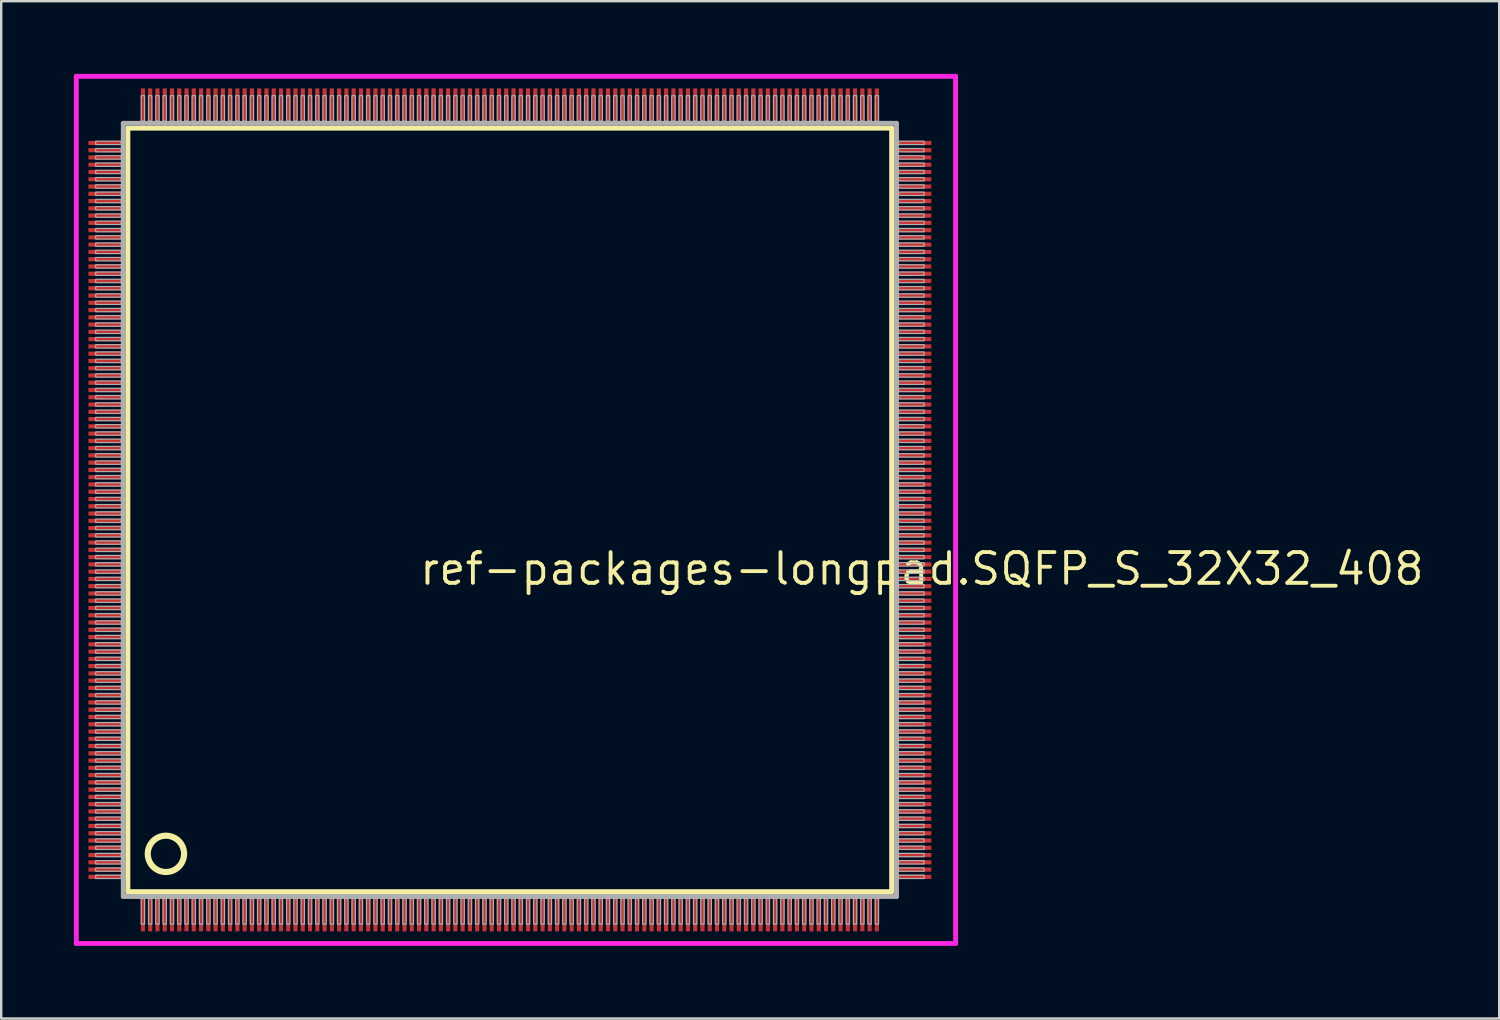
<source format=kicad_pcb>
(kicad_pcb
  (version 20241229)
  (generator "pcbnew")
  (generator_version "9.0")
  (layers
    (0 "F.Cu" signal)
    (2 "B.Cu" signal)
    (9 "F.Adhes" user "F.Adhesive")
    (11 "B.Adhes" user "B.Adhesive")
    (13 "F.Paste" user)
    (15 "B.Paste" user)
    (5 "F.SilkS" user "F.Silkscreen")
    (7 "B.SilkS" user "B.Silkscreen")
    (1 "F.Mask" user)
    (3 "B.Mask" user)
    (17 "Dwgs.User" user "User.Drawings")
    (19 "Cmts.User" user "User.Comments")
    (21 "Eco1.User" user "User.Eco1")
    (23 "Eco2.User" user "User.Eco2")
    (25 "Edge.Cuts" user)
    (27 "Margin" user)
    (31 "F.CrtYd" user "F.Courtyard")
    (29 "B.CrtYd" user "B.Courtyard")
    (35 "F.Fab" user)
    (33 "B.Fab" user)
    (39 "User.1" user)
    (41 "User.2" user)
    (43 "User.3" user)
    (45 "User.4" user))
  (footprint "ref-packages-longpad.SQFP_S_32X32_408"
    (layer "F.Cu")
    (at 18 18)
    (property "Reference" "ref-packages-longpad.SQFP_S_32X32_408" (at -3.81 3.175 0) (layer "F.SilkS") (effects (font (size 1.27 1.27) (thickness 0.16)) (justify left bottom)))
    (attr smd)
    (fp_line (start -15.77 -15.76) (end 15.76 -15.76) (stroke (width 0.203) (type default)) (layer "F.SilkS"))
    (fp_line (start -15.77 15.76) (end -15.77 -15.76) (stroke (width 0.203) (type default)) (layer "F.SilkS"))
    (fp_line (start 15.76 15.76) (end -15.77 15.76) (stroke (width 0.203) (type default)) (layer "F.SilkS"))
    (fp_line (start 15.76 -15.76) (end 15.76 15.76) (stroke (width 0.203) (type default)) (layer "F.SilkS"))
    (fp_circle (center -14.2 14.2) (end -13.45 14.2) (stroke (width 0.254) (type default)) (fill no) (layer "F.SilkS"))
    (fp_line (start -17.9 -17.9) (end 18.4 -17.9) (stroke (width 0.2) (type default)) (layer "F.CrtYd"))
    (fp_line (start -17.9 17.9) (end -17.9 -17.9) (stroke (width 0.2) (type default)) (layer "F.CrtYd"))
    (fp_line (start 18.4 -17.9) (end 18.4 17.9) (stroke (width 0.2) (type default)) (layer "F.CrtYd"))
    (fp_line (start 18.4 17.9) (end -17.9 17.9) (stroke (width 0.2) (type default)) (layer "F.CrtYd"))
    (fp_line (start -15.96 -15.96) (end -15.96 15.96) (stroke (width 0.203) (type default)) (layer "F.Fab"))
    (fp_line (start -15.96 15.96) (end 15.96 15.96) (stroke (width 0.203) (type default)) (layer "F.Fab"))
    (fp_line (start 15.96 -15.96) (end -15.96 -15.96) (stroke (width 0.203) (type default)) (layer "F.Fab"))
    (fp_line (start 15.96 15.96) (end 15.96 -15.96) (stroke (width 0.203) (type default)) (layer "F.Fab"))
    (fp_rect (start -17.1 -15.08) (end -16.05 -15.22) (stroke (width 0.05) (type default)) (fill no) (layer "F.Fab"))
    (fp_rect (start -17.1 -14.78) (end -16.05 -14.92) (stroke (width 0.05) (type default)) (fill no) (layer "F.Fab"))
    (fp_rect (start -17.1 -14.48) (end -16.05 -14.62) (stroke (width 0.05) (type default)) (fill no) (layer "F.Fab"))
    (fp_rect (start -17.1 -14.18) (end -16.05 -14.32) (stroke (width 0.05) (type default)) (fill no) (layer "F.Fab"))
    (fp_rect (start -17.1 -13.88) (end -16.05 -14.02) (stroke (width 0.05) (type default)) (fill no) (layer "F.Fab"))
    (fp_rect (start -17.1 -13.58) (end -16.05 -13.72) (stroke (width 0.05) (type default)) (fill no) (layer "F.Fab"))
    (fp_rect (start -17.1 -13.28) (end -16.05 -13.42) (stroke (width 0.05) (type default)) (fill no) (layer "F.Fab"))
    (fp_rect (start -17.1 -12.98) (end -16.05 -13.12) (stroke (width 0.05) (type default)) (fill no) (layer "F.Fab"))
    (fp_rect (start -17.1 -12.68) (end -16.05 -12.82) (stroke (width 0.05) (type default)) (fill no) (layer "F.Fab"))
    (fp_rect (start -17.1 -12.38) (end -16.05 -12.52) (stroke (width 0.05) (type default)) (fill no) (layer "F.Fab"))
    (fp_rect (start -17.1 -12.08) (end -16.05 -12.22) (stroke (width 0.05) (type default)) (fill no) (layer "F.Fab"))
    (fp_rect (start -17.1 -11.78) (end -16.05 -11.92) (stroke (width 0.05) (type default)) (fill no) (layer "F.Fab"))
    (fp_rect (start -17.1 -11.48) (end -16.05 -11.62) (stroke (width 0.05) (type default)) (fill no) (layer "F.Fab"))
    (fp_rect (start -17.1 -11.18) (end -16.05 -11.32) (stroke (width 0.05) (type default)) (fill no) (layer "F.Fab"))
    (fp_rect (start -17.1 -10.88) (end -16.05 -11.02) (stroke (width 0.05) (type default)) (fill no) (layer "F.Fab"))
    (fp_rect (start -17.1 -10.58) (end -16.05 -10.72) (stroke (width 0.05) (type default)) (fill no) (layer "F.Fab"))
    (fp_rect (start -17.1 -10.28) (end -16.05 -10.42) (stroke (width 0.05) (type default)) (fill no) (layer "F.Fab"))
    (fp_rect (start -17.1 -9.98) (end -16.05 -10.12) (stroke (width 0.05) (type default)) (fill no) (layer "F.Fab"))
    (fp_rect (start -17.1 -9.68) (end -16.05 -9.82) (stroke (width 0.05) (type default)) (fill no) (layer "F.Fab"))
    (fp_rect (start -17.1 -9.38) (end -16.05 -9.52) (stroke (width 0.05) (type default)) (fill no) (layer "F.Fab"))
    (fp_rect (start -17.1 -9.08) (end -16.05 -9.22) (stroke (width 0.05) (type default)) (fill no) (layer "F.Fab"))
    (fp_rect (start -17.1 -8.78) (end -16.05 -8.92) (stroke (width 0.05) (type default)) (fill no) (layer "F.Fab"))
    (fp_rect (start -17.1 -8.48) (end -16.05 -8.62) (stroke (width 0.05) (type default)) (fill no) (layer "F.Fab"))
    (fp_rect (start -17.1 -8.18) (end -16.05 -8.32) (stroke (width 0.05) (type default)) (fill no) (layer "F.Fab"))
    (fp_rect (start -17.1 -7.88) (end -16.05 -8.02) (stroke (width 0.05) (type default)) (fill no) (layer "F.Fab"))
    (fp_rect (start -17.1 -7.58) (end -16.05 -7.72) (stroke (width 0.05) (type default)) (fill no) (layer "F.Fab"))
    (fp_rect (start -17.1 -7.28) (end -16.05 -7.42) (stroke (width 0.05) (type default)) (fill no) (layer "F.Fab"))
    (fp_rect (start -17.1 -6.98) (end -16.05 -7.12) (stroke (width 0.05) (type default)) (fill no) (layer "F.Fab"))
    (fp_rect (start -17.1 -6.68) (end -16.05 -6.82) (stroke (width 0.05) (type default)) (fill no) (layer "F.Fab"))
    (fp_rect (start -17.1 -6.38) (end -16.05 -6.52) (stroke (width 0.05) (type default)) (fill no) (layer "F.Fab"))
    (fp_rect (start -17.1 -6.08) (end -16.05 -6.22) (stroke (width 0.05) (type default)) (fill no) (layer "F.Fab"))
    (fp_rect (start -17.1 -5.78) (end -16.05 -5.92) (stroke (width 0.05) (type default)) (fill no) (layer "F.Fab"))
    (fp_rect (start -17.1 -5.48) (end -16.05 -5.62) (stroke (width 0.05) (type default)) (fill no) (layer "F.Fab"))
    (fp_rect (start -17.1 -5.18) (end -16.05 -5.32) (stroke (width 0.05) (type default)) (fill no) (layer "F.Fab"))
    (fp_rect (start -17.1 -4.88) (end -16.05 -5.02) (stroke (width 0.05) (type default)) (fill no) (layer "F.Fab"))
    (fp_rect (start -17.1 -4.58) (end -16.05 -4.72) (stroke (width 0.05) (type default)) (fill no) (layer "F.Fab"))
    (fp_rect (start -17.1 -4.28) (end -16.05 -4.42) (stroke (width 0.05) (type default)) (fill no) (layer "F.Fab"))
    (fp_rect (start -17.1 -3.98) (end -16.05 -4.12) (stroke (width 0.05) (type default)) (fill no) (layer "F.Fab"))
    (fp_rect (start -17.1 -3.68) (end -16.05 -3.82) (stroke (width 0.05) (type default)) (fill no) (layer "F.Fab"))
    (fp_rect (start -17.1 -3.38) (end -16.05 -3.52) (stroke (width 0.05) (type default)) (fill no) (layer "F.Fab"))
    (fp_rect (start -17.1 -3.08) (end -16.05 -3.22) (stroke (width 0.05) (type default)) (fill no) (layer "F.Fab"))
    (fp_rect (start -17.1 -2.78) (end -16.05 -2.92) (stroke (width 0.05) (type default)) (fill no) (layer "F.Fab"))
    (fp_rect (start -17.1 -2.48) (end -16.05 -2.62) (stroke (width 0.05) (type default)) (fill no) (layer "F.Fab"))
    (fp_rect (start -17.1 -2.18) (end -16.05 -2.32) (stroke (width 0.05) (type default)) (fill no) (layer "F.Fab"))
    (fp_rect (start -17.1 -1.88) (end -16.05 -2.02) (stroke (width 0.05) (type default)) (fill no) (layer "F.Fab"))
    (fp_rect (start -17.1 -1.58) (end -16.05 -1.72) (stroke (width 0.05) (type default)) (fill no) (layer "F.Fab"))
    (fp_rect (start -17.1 -1.28) (end -16.05 -1.42) (stroke (width 0.05) (type default)) (fill no) (layer "F.Fab"))
    (fp_rect (start -17.1 -0.98) (end -16.05 -1.12) (stroke (width 0.05) (type default)) (fill no) (layer "F.Fab"))
    (fp_rect (start -17.1 -0.68) (end -16.05 -0.82) (stroke (width 0.05) (type default)) (fill no) (layer "F.Fab"))
    (fp_rect (start -17.1 -0.38) (end -16.05 -0.52) (stroke (width 0.05) (type default)) (fill no) (layer "F.Fab"))
    (fp_rect (start -17.1 -0.08) (end -16.05 -0.22) (stroke (width 0.05) (type default)) (fill no) (layer "F.Fab"))
    (fp_rect (start -17.1 0.22) (end -16.05 0.08) (stroke (width 0.05) (type default)) (fill no) (layer "F.Fab"))
    (fp_rect (start -17.1 0.52) (end -16.05 0.38) (stroke (width 0.05) (type default)) (fill no) (layer "F.Fab"))
    (fp_rect (start -17.1 0.82) (end -16.05 0.68) (stroke (width 0.05) (type default)) (fill no) (layer "F.Fab"))
    (fp_rect (start -17.1 1.12) (end -16.05 0.98) (stroke (width 0.05) (type default)) (fill no) (layer "F.Fab"))
    (fp_rect (start -17.1 1.42) (end -16.05 1.28) (stroke (width 0.05) (type default)) (fill no) (layer "F.Fab"))
    (fp_rect (start -17.1 1.72) (end -16.05 1.58) (stroke (width 0.05) (type default)) (fill no) (layer "F.Fab"))
    (fp_rect (start -17.1 2.02) (end -16.05 1.88) (stroke (width 0.05) (type default)) (fill no) (layer "F.Fab"))
    (fp_rect (start -17.1 2.32) (end -16.05 2.18) (stroke (width 0.05) (type default)) (fill no) (layer "F.Fab"))
    (fp_rect (start -17.1 2.62) (end -16.05 2.48) (stroke (width 0.05) (type default)) (fill no) (layer "F.Fab"))
    (fp_rect (start -17.1 2.92) (end -16.05 2.78) (stroke (width 0.05) (type default)) (fill no) (layer "F.Fab"))
    (fp_rect (start -17.1 3.22) (end -16.05 3.08) (stroke (width 0.05) (type default)) (fill no) (layer "F.Fab"))
    (fp_rect (start -17.1 3.52) (end -16.05 3.38) (stroke (width 0.05) (type default)) (fill no) (layer "F.Fab"))
    (fp_rect (start -17.1 3.82) (end -16.05 3.68) (stroke (width 0.05) (type default)) (fill no) (layer "F.Fab"))
    (fp_rect (start -17.1 4.12) (end -16.05 3.98) (stroke (width 0.05) (type default)) (fill no) (layer "F.Fab"))
    (fp_rect (start -17.1 4.42) (end -16.05 4.28) (stroke (width 0.05) (type default)) (fill no) (layer "F.Fab"))
    (fp_rect (start -17.1 4.72) (end -16.05 4.58) (stroke (width 0.05) (type default)) (fill no) (layer "F.Fab"))
    (fp_rect (start -17.1 5.02) (end -16.05 4.88) (stroke (width 0.05) (type default)) (fill no) (layer "F.Fab"))
    (fp_rect (start -17.1 5.32) (end -16.05 5.18) (stroke (width 0.05) (type default)) (fill no) (layer "F.Fab"))
    (fp_rect (start -17.1 5.62) (end -16.05 5.48) (stroke (width 0.05) (type default)) (fill no) (layer "F.Fab"))
    (fp_rect (start -17.1 5.92) (end -16.05 5.78) (stroke (width 0.05) (type default)) (fill no) (layer "F.Fab"))
    (fp_rect (start -17.1 6.22) (end -16.05 6.08) (stroke (width 0.05) (type default)) (fill no) (layer "F.Fab"))
    (fp_rect (start -17.1 6.52) (end -16.05 6.38) (stroke (width 0.05) (type default)) (fill no) (layer "F.Fab"))
    (fp_rect (start -17.1 6.82) (end -16.05 6.68) (stroke (width 0.05) (type default)) (fill no) (layer "F.Fab"))
    (fp_rect (start -17.1 7.12) (end -16.05 6.98) (stroke (width 0.05) (type default)) (fill no) (layer "F.Fab"))
    (fp_rect (start -17.1 7.42) (end -16.05 7.28) (stroke (width 0.05) (type default)) (fill no) (layer "F.Fab"))
    (fp_rect (start -17.1 7.72) (end -16.05 7.58) (stroke (width 0.05) (type default)) (fill no) (layer "F.Fab"))
    (fp_rect (start -17.1 8.02) (end -16.05 7.88) (stroke (width 0.05) (type default)) (fill no) (layer "F.Fab"))
    (fp_rect (start -17.1 8.32) (end -16.05 8.18) (stroke (width 0.05) (type default)) (fill no) (layer "F.Fab"))
    (fp_rect (start -17.1 8.62) (end -16.05 8.48) (stroke (width 0.05) (type default)) (fill no) (layer "F.Fab"))
    (fp_rect (start -17.1 8.92) (end -16.05 8.78) (stroke (width 0.05) (type default)) (fill no) (layer "F.Fab"))
    (fp_rect (start -17.1 9.22) (end -16.05 9.08) (stroke (width 0.05) (type default)) (fill no) (layer "F.Fab"))
    (fp_rect (start -17.1 9.52) (end -16.05 9.38) (stroke (width 0.05) (type default)) (fill no) (layer "F.Fab"))
    (fp_rect (start -17.1 9.82) (end -16.05 9.68) (stroke (width 0.05) (type default)) (fill no) (layer "F.Fab"))
    (fp_rect (start -17.1 10.12) (end -16.05 9.98) (stroke (width 0.05) (type default)) (fill no) (layer "F.Fab"))
    (fp_rect (start -17.1 10.42) (end -16.05 10.28) (stroke (width 0.05) (type default)) (fill no) (layer "F.Fab"))
    (fp_rect (start -17.1 10.72) (end -16.05 10.58) (stroke (width 0.05) (type default)) (fill no) (layer "F.Fab"))
    (fp_rect (start -17.1 11.02) (end -16.05 10.88) (stroke (width 0.05) (type default)) (fill no) (layer "F.Fab"))
    (fp_rect (start -17.1 11.32) (end -16.05 11.18) (stroke (width 0.05) (type default)) (fill no) (layer "F.Fab"))
    (fp_rect (start -17.1 11.62) (end -16.05 11.48) (stroke (width 0.05) (type default)) (fill no) (layer "F.Fab"))
    (fp_rect (start -17.1 11.92) (end -16.05 11.78) (stroke (width 0.05) (type default)) (fill no) (layer "F.Fab"))
    (fp_rect (start -17.1 12.22) (end -16.05 12.08) (stroke (width 0.05) (type default)) (fill no) (layer "F.Fab"))
    (fp_rect (start -17.1 12.52) (end -16.05 12.38) (stroke (width 0.05) (type default)) (fill no) (layer "F.Fab"))
    (fp_rect (start -17.1 12.82) (end -16.05 12.68) (stroke (width 0.05) (type default)) (fill no) (layer "F.Fab"))
    (fp_rect (start -17.1 13.12) (end -16.05 12.98) (stroke (width 0.05) (type default)) (fill no) (layer "F.Fab"))
    (fp_rect (start -17.1 13.42) (end -16.05 13.28) (stroke (width 0.05) (type default)) (fill no) (layer "F.Fab"))
    (fp_rect (start -17.1 13.72) (end -16.05 13.58) (stroke (width 0.05) (type default)) (fill no) (layer "F.Fab"))
    (fp_rect (start -17.1 14.02) (end -16.05 13.88) (stroke (width 0.05) (type default)) (fill no) (layer "F.Fab"))
    (fp_rect (start -17.1 14.32) (end -16.05 14.18) (stroke (width 0.05) (type default)) (fill no) (layer "F.Fab"))
    (fp_rect (start -17.1 14.62) (end -16.05 14.48) (stroke (width 0.05) (type default)) (fill no) (layer "F.Fab"))
    (fp_rect (start -17.1 14.92) (end -16.05 14.78) (stroke (width 0.05) (type default)) (fill no) (layer "F.Fab"))
    (fp_rect (start -17.1 15.22) (end -16.05 15.08) (stroke (width 0.05) (type default)) (fill no) (layer "F.Fab"))
    (fp_rect (start -15.22 -16.05) (end -15.08 -17.1) (stroke (width 0.05) (type default)) (fill no) (layer "F.Fab"))
    (fp_rect (start -15.22 17.1) (end -15.08 16.05) (stroke (width 0.05) (type default)) (fill no) (layer "F.Fab"))
    (fp_rect (start -14.92 -16.05) (end -14.78 -17.1) (stroke (width 0.05) (type default)) (fill no) (layer "F.Fab"))
    (fp_rect (start -14.92 17.1) (end -14.78 16.05) (stroke (width 0.05) (type default)) (fill no) (layer "F.Fab"))
    (fp_rect (start -14.62 -16.05) (end -14.48 -17.1) (stroke (width 0.05) (type default)) (fill no) (layer "F.Fab"))
    (fp_rect (start -14.62 17.1) (end -14.48 16.05) (stroke (width 0.05) (type default)) (fill no) (layer "F.Fab"))
    (fp_rect (start -14.32 -16.05) (end -14.18 -17.1) (stroke (width 0.05) (type default)) (fill no) (layer "F.Fab"))
    (fp_rect (start -14.32 17.1) (end -14.18 16.05) (stroke (width 0.05) (type default)) (fill no) (layer "F.Fab"))
    (fp_rect (start -14.02 -16.05) (end -13.88 -17.1) (stroke (width 0.05) (type default)) (fill no) (layer "F.Fab"))
    (fp_rect (start -14.02 17.1) (end -13.88 16.05) (stroke (width 0.05) (type default)) (fill no) (layer "F.Fab"))
    (fp_rect (start -13.72 -16.05) (end -13.58 -17.1) (stroke (width 0.05) (type default)) (fill no) (layer "F.Fab"))
    (fp_rect (start -13.72 17.1) (end -13.58 16.05) (stroke (width 0.05) (type default)) (fill no) (layer "F.Fab"))
    (fp_rect (start -13.42 -16.05) (end -13.28 -17.1) (stroke (width 0.05) (type default)) (fill no) (layer "F.Fab"))
    (fp_rect (start -13.42 17.1) (end -13.28 16.05) (stroke (width 0.05) (type default)) (fill no) (layer "F.Fab"))
    (fp_rect (start -13.12 -16.05) (end -12.98 -17.1) (stroke (width 0.05) (type default)) (fill no) (layer "F.Fab"))
    (fp_rect (start -13.12 17.1) (end -12.98 16.05) (stroke (width 0.05) (type default)) (fill no) (layer "F.Fab"))
    (fp_rect (start -12.82 -16.05) (end -12.68 -17.1) (stroke (width 0.05) (type default)) (fill no) (layer "F.Fab"))
    (fp_rect (start -12.82 17.1) (end -12.68 16.05) (stroke (width 0.05) (type default)) (fill no) (layer "F.Fab"))
    (fp_rect (start -12.52 -16.05) (end -12.38 -17.1) (stroke (width 0.05) (type default)) (fill no) (layer "F.Fab"))
    (fp_rect (start -12.52 17.1) (end -12.38 16.05) (stroke (width 0.05) (type default)) (fill no) (layer "F.Fab"))
    (fp_rect (start -12.22 -16.05) (end -12.08 -17.1) (stroke (width 0.05) (type default)) (fill no) (layer "F.Fab"))
    (fp_rect (start -12.22 17.1) (end -12.08 16.05) (stroke (width 0.05) (type default)) (fill no) (layer "F.Fab"))
    (fp_rect (start -11.92 -16.05) (end -11.78 -17.1) (stroke (width 0.05) (type default)) (fill no) (layer "F.Fab"))
    (fp_rect (start -11.92 17.1) (end -11.78 16.05) (stroke (width 0.05) (type default)) (fill no) (layer "F.Fab"))
    (fp_rect (start -11.62 -16.05) (end -11.48 -17.1) (stroke (width 0.05) (type default)) (fill no) (layer "F.Fab"))
    (fp_rect (start -11.62 17.1) (end -11.48 16.05) (stroke (width 0.05) (type default)) (fill no) (layer "F.Fab"))
    (fp_rect (start -11.32 -16.05) (end -11.18 -17.1) (stroke (width 0.05) (type default)) (fill no) (layer "F.Fab"))
    (fp_rect (start -11.32 17.1) (end -11.18 16.05) (stroke (width 0.05) (type default)) (fill no) (layer "F.Fab"))
    (fp_rect (start -11.02 -16.05) (end -10.88 -17.1) (stroke (width 0.05) (type default)) (fill no) (layer "F.Fab"))
    (fp_rect (start -11.02 17.1) (end -10.88 16.05) (stroke (width 0.05) (type default)) (fill no) (layer "F.Fab"))
    (fp_rect (start -10.72 -16.05) (end -10.58 -17.1) (stroke (width 0.05) (type default)) (fill no) (layer "F.Fab"))
    (fp_rect (start -10.72 17.1) (end -10.58 16.05) (stroke (width 0.05) (type default)) (fill no) (layer "F.Fab"))
    (fp_rect (start -10.42 -16.05) (end -10.28 -17.1) (stroke (width 0.05) (type default)) (fill no) (layer "F.Fab"))
    (fp_rect (start -10.42 17.1) (end -10.28 16.05) (stroke (width 0.05) (type default)) (fill no) (layer "F.Fab"))
    (fp_rect (start -10.12 -16.05) (end -9.98 -17.1) (stroke (width 0.05) (type default)) (fill no) (layer "F.Fab"))
    (fp_rect (start -10.12 17.1) (end -9.98 16.05) (stroke (width 0.05) (type default)) (fill no) (layer "F.Fab"))
    (fp_rect (start -9.82 -16.05) (end -9.68 -17.1) (stroke (width 0.05) (type default)) (fill no) (layer "F.Fab"))
    (fp_rect (start -9.82 17.1) (end -9.68 16.05) (stroke (width 0.05) (type default)) (fill no) (layer "F.Fab"))
    (fp_rect (start -9.52 -16.05) (end -9.38 -17.1) (stroke (width 0.05) (type default)) (fill no) (layer "F.Fab"))
    (fp_rect (start -9.52 17.1) (end -9.38 16.05) (stroke (width 0.05) (type default)) (fill no) (layer "F.Fab"))
    (fp_rect (start -9.22 -16.05) (end -9.08 -17.1) (stroke (width 0.05) (type default)) (fill no) (layer "F.Fab"))
    (fp_rect (start -9.22 17.1) (end -9.08 16.05) (stroke (width 0.05) (type default)) (fill no) (layer "F.Fab"))
    (fp_rect (start -8.92 -16.05) (end -8.78 -17.1) (stroke (width 0.05) (type default)) (fill no) (layer "F.Fab"))
    (fp_rect (start -8.92 17.1) (end -8.78 16.05) (stroke (width 0.05) (type default)) (fill no) (layer "F.Fab"))
    (fp_rect (start -8.62 -16.05) (end -8.48 -17.1) (stroke (width 0.05) (type default)) (fill no) (layer "F.Fab"))
    (fp_rect (start -8.62 17.1) (end -8.48 16.05) (stroke (width 0.05) (type default)) (fill no) (layer "F.Fab"))
    (fp_rect (start -8.32 -16.05) (end -8.18 -17.1) (stroke (width 0.05) (type default)) (fill no) (layer "F.Fab"))
    (fp_rect (start -8.32 17.1) (end -8.18 16.05) (stroke (width 0.05) (type default)) (fill no) (layer "F.Fab"))
    (fp_rect (start -8.02 -16.05) (end -7.88 -17.1) (stroke (width 0.05) (type default)) (fill no) (layer "F.Fab"))
    (fp_rect (start -8.02 17.1) (end -7.88 16.05) (stroke (width 0.05) (type default)) (fill no) (layer "F.Fab"))
    (fp_rect (start -7.72 -16.05) (end -7.58 -17.1) (stroke (width 0.05) (type default)) (fill no) (layer "F.Fab"))
    (fp_rect (start -7.72 17.1) (end -7.58 16.05) (stroke (width 0.05) (type default)) (fill no) (layer "F.Fab"))
    (fp_rect (start -7.42 -16.05) (end -7.28 -17.1) (stroke (width 0.05) (type default)) (fill no) (layer "F.Fab"))
    (fp_rect (start -7.42 17.1) (end -7.28 16.05) (stroke (width 0.05) (type default)) (fill no) (layer "F.Fab"))
    (fp_rect (start -7.12 -16.05) (end -6.98 -17.1) (stroke (width 0.05) (type default)) (fill no) (layer "F.Fab"))
    (fp_rect (start -7.12 17.1) (end -6.98 16.05) (stroke (width 0.05) (type default)) (fill no) (layer "F.Fab"))
    (fp_rect (start -6.82 -16.05) (end -6.68 -17.1) (stroke (width 0.05) (type default)) (fill no) (layer "F.Fab"))
    (fp_rect (start -6.82 17.1) (end -6.68 16.05) (stroke (width 0.05) (type default)) (fill no) (layer "F.Fab"))
    (fp_rect (start -6.52 -16.05) (end -6.38 -17.1) (stroke (width 0.05) (type default)) (fill no) (layer "F.Fab"))
    (fp_rect (start -6.52 17.1) (end -6.38 16.05) (stroke (width 0.05) (type default)) (fill no) (layer "F.Fab"))
    (fp_rect (start -6.22 -16.05) (end -6.08 -17.1) (stroke (width 0.05) (type default)) (fill no) (layer "F.Fab"))
    (fp_rect (start -6.22 17.1) (end -6.08 16.05) (stroke (width 0.05) (type default)) (fill no) (layer "F.Fab"))
    (fp_rect (start -5.92 -16.05) (end -5.78 -17.1) (stroke (width 0.05) (type default)) (fill no) (layer "F.Fab"))
    (fp_rect (start -5.92 17.1) (end -5.78 16.05) (stroke (width 0.05) (type default)) (fill no) (layer "F.Fab"))
    (fp_rect (start -5.62 -16.05) (end -5.48 -17.1) (stroke (width 0.05) (type default)) (fill no) (layer "F.Fab"))
    (fp_rect (start -5.62 17.1) (end -5.48 16.05) (stroke (width 0.05) (type default)) (fill no) (layer "F.Fab"))
    (fp_rect (start -5.32 -16.05) (end -5.18 -17.1) (stroke (width 0.05) (type default)) (fill no) (layer "F.Fab"))
    (fp_rect (start -5.32 17.1) (end -5.18 16.05) (stroke (width 0.05) (type default)) (fill no) (layer "F.Fab"))
    (fp_rect (start -5.02 -16.05) (end -4.88 -17.1) (stroke (width 0.05) (type default)) (fill no) (layer "F.Fab"))
    (fp_rect (start -5.02 17.1) (end -4.88 16.05) (stroke (width 0.05) (type default)) (fill no) (layer "F.Fab"))
    (fp_rect (start -4.72 -16.05) (end -4.58 -17.1) (stroke (width 0.05) (type default)) (fill no) (layer "F.Fab"))
    (fp_rect (start -4.72 17.1) (end -4.58 16.05) (stroke (width 0.05) (type default)) (fill no) (layer "F.Fab"))
    (fp_rect (start -4.42 -16.05) (end -4.28 -17.1) (stroke (width 0.05) (type default)) (fill no) (layer "F.Fab"))
    (fp_rect (start -4.42 17.1) (end -4.28 16.05) (stroke (width 0.05) (type default)) (fill no) (layer "F.Fab"))
    (fp_rect (start -4.12 -16.05) (end -3.98 -17.1) (stroke (width 0.05) (type default)) (fill no) (layer "F.Fab"))
    (fp_rect (start -4.12 17.1) (end -3.98 16.05) (stroke (width 0.05) (type default)) (fill no) (layer "F.Fab"))
    (fp_rect (start -3.82 -16.05) (end -3.68 -17.1) (stroke (width 0.05) (type default)) (fill no) (layer "F.Fab"))
    (fp_rect (start -3.82 17.1) (end -3.68 16.05) (stroke (width 0.05) (type default)) (fill no) (layer "F.Fab"))
    (fp_rect (start -3.52 -16.05) (end -3.38 -17.1) (stroke (width 0.05) (type default)) (fill no) (layer "F.Fab"))
    (fp_rect (start -3.52 17.1) (end -3.38 16.05) (stroke (width 0.05) (type default)) (fill no) (layer "F.Fab"))
    (fp_rect (start -3.22 -16.05) (end -3.08 -17.1) (stroke (width 0.05) (type default)) (fill no) (layer "F.Fab"))
    (fp_rect (start -3.22 17.1) (end -3.08 16.05) (stroke (width 0.05) (type default)) (fill no) (layer "F.Fab"))
    (fp_rect (start -2.92 -16.05) (end -2.78 -17.1) (stroke (width 0.05) (type default)) (fill no) (layer "F.Fab"))
    (fp_rect (start -2.92 17.1) (end -2.78 16.05) (stroke (width 0.05) (type default)) (fill no) (layer "F.Fab"))
    (fp_rect (start -2.62 -16.05) (end -2.48 -17.1) (stroke (width 0.05) (type default)) (fill no) (layer "F.Fab"))
    (fp_rect (start -2.62 17.1) (end -2.48 16.05) (stroke (width 0.05) (type default)) (fill no) (layer "F.Fab"))
    (fp_rect (start -2.32 -16.05) (end -2.18 -17.1) (stroke (width 0.05) (type default)) (fill no) (layer "F.Fab"))
    (fp_rect (start -2.32 17.1) (end -2.18 16.05) (stroke (width 0.05) (type default)) (fill no) (layer "F.Fab"))
    (fp_rect (start -2.02 -16.05) (end -1.88 -17.1) (stroke (width 0.05) (type default)) (fill no) (layer "F.Fab"))
    (fp_rect (start -2.02 17.1) (end -1.88 16.05) (stroke (width 0.05) (type default)) (fill no) (layer "F.Fab"))
    (fp_rect (start -1.72 -16.05) (end -1.58 -17.1) (stroke (width 0.05) (type default)) (fill no) (layer "F.Fab"))
    (fp_rect (start -1.72 17.1) (end -1.58 16.05) (stroke (width 0.05) (type default)) (fill no) (layer "F.Fab"))
    (fp_rect (start -1.42 -16.05) (end -1.28 -17.1) (stroke (width 0.05) (type default)) (fill no) (layer "F.Fab"))
    (fp_rect (start -1.42 17.1) (end -1.28 16.05) (stroke (width 0.05) (type default)) (fill no) (layer "F.Fab"))
    (fp_rect (start -1.12 -16.05) (end -0.98 -17.1) (stroke (width 0.05) (type default)) (fill no) (layer "F.Fab"))
    (fp_rect (start -1.12 17.1) (end -0.98 16.05) (stroke (width 0.05) (type default)) (fill no) (layer "F.Fab"))
    (fp_rect (start -0.82 -16.05) (end -0.68 -17.1) (stroke (width 0.05) (type default)) (fill no) (layer "F.Fab"))
    (fp_rect (start -0.82 17.1) (end -0.68 16.05) (stroke (width 0.05) (type default)) (fill no) (layer "F.Fab"))
    (fp_rect (start -0.52 -16.05) (end -0.38 -17.1) (stroke (width 0.05) (type default)) (fill no) (layer "F.Fab"))
    (fp_rect (start -0.52 17.1) (end -0.38 16.05) (stroke (width 0.05) (type default)) (fill no) (layer "F.Fab"))
    (fp_rect (start -0.22 -16.05) (end -0.08 -17.1) (stroke (width 0.05) (type default)) (fill no) (layer "F.Fab"))
    (fp_rect (start -0.22 17.1) (end -0.08 16.05) (stroke (width 0.05) (type default)) (fill no) (layer "F.Fab"))
    (fp_rect (start 0.08 -16.05) (end 0.22 -17.1) (stroke (width 0.05) (type default)) (fill no) (layer "F.Fab"))
    (fp_rect (start 0.08 17.1) (end 0.22 16.05) (stroke (width 0.05) (type default)) (fill no) (layer "F.Fab"))
    (fp_rect (start 0.38 -16.05) (end 0.52 -17.1) (stroke (width 0.05) (type default)) (fill no) (layer "F.Fab"))
    (fp_rect (start 0.38 17.1) (end 0.52 16.05) (stroke (width 0.05) (type default)) (fill no) (layer "F.Fab"))
    (fp_rect (start 0.68 -16.05) (end 0.82 -17.1) (stroke (width 0.05) (type default)) (fill no) (layer "F.Fab"))
    (fp_rect (start 0.68 17.1) (end 0.82 16.05) (stroke (width 0.05) (type default)) (fill no) (layer "F.Fab"))
    (fp_rect (start 0.98 -16.05) (end 1.12 -17.1) (stroke (width 0.05) (type default)) (fill no) (layer "F.Fab"))
    (fp_rect (start 0.98 17.1) (end 1.12 16.05) (stroke (width 0.05) (type default)) (fill no) (layer "F.Fab"))
    (fp_rect (start 1.28 -16.05) (end 1.42 -17.1) (stroke (width 0.05) (type default)) (fill no) (layer "F.Fab"))
    (fp_rect (start 1.28 17.1) (end 1.42 16.05) (stroke (width 0.05) (type default)) (fill no) (layer "F.Fab"))
    (fp_rect (start 1.58 -16.05) (end 1.72 -17.1) (stroke (width 0.05) (type default)) (fill no) (layer "F.Fab"))
    (fp_rect (start 1.58 17.1) (end 1.72 16.05) (stroke (width 0.05) (type default)) (fill no) (layer "F.Fab"))
    (fp_rect (start 1.88 -16.05) (end 2.02 -17.1) (stroke (width 0.05) (type default)) (fill no) (layer "F.Fab"))
    (fp_rect (start 1.88 17.1) (end 2.02 16.05) (stroke (width 0.05) (type default)) (fill no) (layer "F.Fab"))
    (fp_rect (start 2.18 -16.05) (end 2.32 -17.1) (stroke (width 0.05) (type default)) (fill no) (layer "F.Fab"))
    (fp_rect (start 2.18 17.1) (end 2.32 16.05) (stroke (width 0.05) (type default)) (fill no) (layer "F.Fab"))
    (fp_rect (start 2.48 -16.05) (end 2.62 -17.1) (stroke (width 0.05) (type default)) (fill no) (layer "F.Fab"))
    (fp_rect (start 2.48 17.1) (end 2.62 16.05) (stroke (width 0.05) (type default)) (fill no) (layer "F.Fab"))
    (fp_rect (start 2.78 -16.05) (end 2.92 -17.1) (stroke (width 0.05) (type default)) (fill no) (layer "F.Fab"))
    (fp_rect (start 2.78 17.1) (end 2.92 16.05) (stroke (width 0.05) (type default)) (fill no) (layer "F.Fab"))
    (fp_rect (start 3.08 -16.05) (end 3.22 -17.1) (stroke (width 0.05) (type default)) (fill no) (layer "F.Fab"))
    (fp_rect (start 3.08 17.1) (end 3.22 16.05) (stroke (width 0.05) (type default)) (fill no) (layer "F.Fab"))
    (fp_rect (start 3.38 -16.05) (end 3.52 -17.1) (stroke (width 0.05) (type default)) (fill no) (layer "F.Fab"))
    (fp_rect (start 3.38 17.1) (end 3.52 16.05) (stroke (width 0.05) (type default)) (fill no) (layer "F.Fab"))
    (fp_rect (start 3.68 -16.05) (end 3.82 -17.1) (stroke (width 0.05) (type default)) (fill no) (layer "F.Fab"))
    (fp_rect (start 3.68 17.1) (end 3.82 16.05) (stroke (width 0.05) (type default)) (fill no) (layer "F.Fab"))
    (fp_rect (start 3.98 -16.05) (end 4.12 -17.1) (stroke (width 0.05) (type default)) (fill no) (layer "F.Fab"))
    (fp_rect (start 3.98 17.1) (end 4.12 16.05) (stroke (width 0.05) (type default)) (fill no) (layer "F.Fab"))
    (fp_rect (start 4.28 -16.05) (end 4.42 -17.1) (stroke (width 0.05) (type default)) (fill no) (layer "F.Fab"))
    (fp_rect (start 4.28 17.1) (end 4.42 16.05) (stroke (width 0.05) (type default)) (fill no) (layer "F.Fab"))
    (fp_rect (start 4.58 -16.05) (end 4.72 -17.1) (stroke (width 0.05) (type default)) (fill no) (layer "F.Fab"))
    (fp_rect (start 4.58 17.1) (end 4.72 16.05) (stroke (width 0.05) (type default)) (fill no) (layer "F.Fab"))
    (fp_rect (start 4.88 -16.05) (end 5.02 -17.1) (stroke (width 0.05) (type default)) (fill no) (layer "F.Fab"))
    (fp_rect (start 4.88 17.1) (end 5.02 16.05) (stroke (width 0.05) (type default)) (fill no) (layer "F.Fab"))
    (fp_rect (start 5.18 -16.05) (end 5.32 -17.1) (stroke (width 0.05) (type default)) (fill no) (layer "F.Fab"))
    (fp_rect (start 5.18 17.1) (end 5.32 16.05) (stroke (width 0.05) (type default)) (fill no) (layer "F.Fab"))
    (fp_rect (start 5.48 -16.05) (end 5.62 -17.1) (stroke (width 0.05) (type default)) (fill no) (layer "F.Fab"))
    (fp_rect (start 5.48 17.1) (end 5.62 16.05) (stroke (width 0.05) (type default)) (fill no) (layer "F.Fab"))
    (fp_rect (start 5.78 -16.05) (end 5.92 -17.1) (stroke (width 0.05) (type default)) (fill no) (layer "F.Fab"))
    (fp_rect (start 5.78 17.1) (end 5.92 16.05) (stroke (width 0.05) (type default)) (fill no) (layer "F.Fab"))
    (fp_rect (start 6.08 -16.05) (end 6.22 -17.1) (stroke (width 0.05) (type default)) (fill no) (layer "F.Fab"))
    (fp_rect (start 6.08 17.1) (end 6.22 16.05) (stroke (width 0.05) (type default)) (fill no) (layer "F.Fab"))
    (fp_rect (start 6.38 -16.05) (end 6.52 -17.1) (stroke (width 0.05) (type default)) (fill no) (layer "F.Fab"))
    (fp_rect (start 6.38 17.1) (end 6.52 16.05) (stroke (width 0.05) (type default)) (fill no) (layer "F.Fab"))
    (fp_rect (start 6.68 -16.05) (end 6.82 -17.1) (stroke (width 0.05) (type default)) (fill no) (layer "F.Fab"))
    (fp_rect (start 6.68 17.1) (end 6.82 16.05) (stroke (width 0.05) (type default)) (fill no) (layer "F.Fab"))
    (fp_rect (start 6.98 -16.05) (end 7.12 -17.1) (stroke (width 0.05) (type default)) (fill no) (layer "F.Fab"))
    (fp_rect (start 6.98 17.1) (end 7.12 16.05) (stroke (width 0.05) (type default)) (fill no) (layer "F.Fab"))
    (fp_rect (start 7.28 -16.05) (end 7.42 -17.1) (stroke (width 0.05) (type default)) (fill no) (layer "F.Fab"))
    (fp_rect (start 7.28 17.1) (end 7.42 16.05) (stroke (width 0.05) (type default)) (fill no) (layer "F.Fab"))
    (fp_rect (start 7.58 -16.05) (end 7.72 -17.1) (stroke (width 0.05) (type default)) (fill no) (layer "F.Fab"))
    (fp_rect (start 7.58 17.1) (end 7.72 16.05) (stroke (width 0.05) (type default)) (fill no) (layer "F.Fab"))
    (fp_rect (start 7.88 -16.05) (end 8.02 -17.1) (stroke (width 0.05) (type default)) (fill no) (layer "F.Fab"))
    (fp_rect (start 7.88 17.1) (end 8.02 16.05) (stroke (width 0.05) (type default)) (fill no) (layer "F.Fab"))
    (fp_rect (start 8.18 -16.05) (end 8.32 -17.1) (stroke (width 0.05) (type default)) (fill no) (layer "F.Fab"))
    (fp_rect (start 8.18 17.1) (end 8.32 16.05) (stroke (width 0.05) (type default)) (fill no) (layer "F.Fab"))
    (fp_rect (start 8.48 -16.05) (end 8.62 -17.1) (stroke (width 0.05) (type default)) (fill no) (layer "F.Fab"))
    (fp_rect (start 8.48 17.1) (end 8.62 16.05) (stroke (width 0.05) (type default)) (fill no) (layer "F.Fab"))
    (fp_rect (start 8.78 -16.05) (end 8.92 -17.1) (stroke (width 0.05) (type default)) (fill no) (layer "F.Fab"))
    (fp_rect (start 8.78 17.1) (end 8.92 16.05) (stroke (width 0.05) (type default)) (fill no) (layer "F.Fab"))
    (fp_rect (start 9.08 -16.05) (end 9.22 -17.1) (stroke (width 0.05) (type default)) (fill no) (layer "F.Fab"))
    (fp_rect (start 9.08 17.1) (end 9.22 16.05) (stroke (width 0.05) (type default)) (fill no) (layer "F.Fab"))
    (fp_rect (start 9.38 -16.05) (end 9.52 -17.1) (stroke (width 0.05) (type default)) (fill no) (layer "F.Fab"))
    (fp_rect (start 9.38 17.1) (end 9.52 16.05) (stroke (width 0.05) (type default)) (fill no) (layer "F.Fab"))
    (fp_rect (start 9.68 -16.05) (end 9.82 -17.1) (stroke (width 0.05) (type default)) (fill no) (layer "F.Fab"))
    (fp_rect (start 9.68 17.1) (end 9.82 16.05) (stroke (width 0.05) (type default)) (fill no) (layer "F.Fab"))
    (fp_rect (start 9.98 -16.05) (end 10.12 -17.1) (stroke (width 0.05) (type default)) (fill no) (layer "F.Fab"))
    (fp_rect (start 9.98 17.1) (end 10.12 16.05) (stroke (width 0.05) (type default)) (fill no) (layer "F.Fab"))
    (fp_rect (start 10.28 -16.05) (end 10.42 -17.1) (stroke (width 0.05) (type default)) (fill no) (layer "F.Fab"))
    (fp_rect (start 10.28 17.1) (end 10.42 16.05) (stroke (width 0.05) (type default)) (fill no) (layer "F.Fab"))
    (fp_rect (start 10.58 -16.05) (end 10.72 -17.1) (stroke (width 0.05) (type default)) (fill no) (layer "F.Fab"))
    (fp_rect (start 10.58 17.1) (end 10.72 16.05) (stroke (width 0.05) (type default)) (fill no) (layer "F.Fab"))
    (fp_rect (start 10.88 -16.05) (end 11.02 -17.1) (stroke (width 0.05) (type default)) (fill no) (layer "F.Fab"))
    (fp_rect (start 10.88 17.1) (end 11.02 16.05) (stroke (width 0.05) (type default)) (fill no) (layer "F.Fab"))
    (fp_rect (start 11.18 -16.05) (end 11.32 -17.1) (stroke (width 0.05) (type default)) (fill no) (layer "F.Fab"))
    (fp_rect (start 11.18 17.1) (end 11.32 16.05) (stroke (width 0.05) (type default)) (fill no) (layer "F.Fab"))
    (fp_rect (start 11.48 -16.05) (end 11.62 -17.1) (stroke (width 0.05) (type default)) (fill no) (layer "F.Fab"))
    (fp_rect (start 11.48 17.1) (end 11.62 16.05) (stroke (width 0.05) (type default)) (fill no) (layer "F.Fab"))
    (fp_rect (start 11.78 -16.05) (end 11.92 -17.1) (stroke (width 0.05) (type default)) (fill no) (layer "F.Fab"))
    (fp_rect (start 11.78 17.1) (end 11.92 16.05) (stroke (width 0.05) (type default)) (fill no) (layer "F.Fab"))
    (fp_rect (start 12.08 -16.05) (end 12.22 -17.1) (stroke (width 0.05) (type default)) (fill no) (layer "F.Fab"))
    (fp_rect (start 12.08 17.1) (end 12.22 16.05) (stroke (width 0.05) (type default)) (fill no) (layer "F.Fab"))
    (fp_rect (start 12.38 -16.05) (end 12.52 -17.1) (stroke (width 0.05) (type default)) (fill no) (layer "F.Fab"))
    (fp_rect (start 12.38 17.1) (end 12.52 16.05) (stroke (width 0.05) (type default)) (fill no) (layer "F.Fab"))
    (fp_rect (start 12.68 -16.05) (end 12.82 -17.1) (stroke (width 0.05) (type default)) (fill no) (layer "F.Fab"))
    (fp_rect (start 12.68 17.1) (end 12.82 16.05) (stroke (width 0.05) (type default)) (fill no) (layer "F.Fab"))
    (fp_rect (start 12.98 -16.05) (end 13.12 -17.1) (stroke (width 0.05) (type default)) (fill no) (layer "F.Fab"))
    (fp_rect (start 12.98 17.1) (end 13.12 16.05) (stroke (width 0.05) (type default)) (fill no) (layer "F.Fab"))
    (fp_rect (start 13.28 -16.05) (end 13.42 -17.1) (stroke (width 0.05) (type default)) (fill no) (layer "F.Fab"))
    (fp_rect (start 13.28 17.1) (end 13.42 16.05) (stroke (width 0.05) (type default)) (fill no) (layer "F.Fab"))
    (fp_rect (start 13.58 -16.05) (end 13.72 -17.1) (stroke (width 0.05) (type default)) (fill no) (layer "F.Fab"))
    (fp_rect (start 13.58 17.1) (end 13.72 16.05) (stroke (width 0.05) (type default)) (fill no) (layer "F.Fab"))
    (fp_rect (start 13.88 -16.05) (end 14.02 -17.1) (stroke (width 0.05) (type default)) (fill no) (layer "F.Fab"))
    (fp_rect (start 13.88 17.1) (end 14.02 16.05) (stroke (width 0.05) (type default)) (fill no) (layer "F.Fab"))
    (fp_rect (start 14.18 -16.05) (end 14.32 -17.1) (stroke (width 0.05) (type default)) (fill no) (layer "F.Fab"))
    (fp_rect (start 14.18 17.1) (end 14.32 16.05) (stroke (width 0.05) (type default)) (fill no) (layer "F.Fab"))
    (fp_rect (start 14.48 -16.05) (end 14.62 -17.1) (stroke (width 0.05) (type default)) (fill no) (layer "F.Fab"))
    (fp_rect (start 14.48 17.1) (end 14.62 16.05) (stroke (width 0.05) (type default)) (fill no) (layer "F.Fab"))
    (fp_rect (start 14.78 -16.05) (end 14.92 -17.1) (stroke (width 0.05) (type default)) (fill no) (layer "F.Fab"))
    (fp_rect (start 14.78 17.1) (end 14.92 16.05) (stroke (width 0.05) (type default)) (fill no) (layer "F.Fab"))
    (fp_rect (start 15.08 -16.05) (end 15.22 -17.1) (stroke (width 0.05) (type default)) (fill no) (layer "F.Fab"))
    (fp_rect (start 15.08 17.1) (end 15.22 16.05) (stroke (width 0.05) (type default)) (fill no) (layer "F.Fab"))
    (fp_rect (start 16.05 -15.08) (end 17.1 -15.22) (stroke (width 0.05) (type default)) (fill no) (layer "F.Fab"))
    (fp_rect (start 16.05 -14.78) (end 17.1 -14.92) (stroke (width 0.05) (type default)) (fill no) (layer "F.Fab"))
    (fp_rect (start 16.05 -14.48) (end 17.1 -14.62) (stroke (width 0.05) (type default)) (fill no) (layer "F.Fab"))
    (fp_rect (start 16.05 -14.18) (end 17.1 -14.32) (stroke (width 0.05) (type default)) (fill no) (layer "F.Fab"))
    (fp_rect (start 16.05 -13.88) (end 17.1 -14.02) (stroke (width 0.05) (type default)) (fill no) (layer "F.Fab"))
    (fp_rect (start 16.05 -13.58) (end 17.1 -13.72) (stroke (width 0.05) (type default)) (fill no) (layer "F.Fab"))
    (fp_rect (start 16.05 -13.28) (end 17.1 -13.42) (stroke (width 0.05) (type default)) (fill no) (layer "F.Fab"))
    (fp_rect (start 16.05 -12.98) (end 17.1 -13.12) (stroke (width 0.05) (type default)) (fill no) (layer "F.Fab"))
    (fp_rect (start 16.05 -12.68) (end 17.1 -12.82) (stroke (width 0.05) (type default)) (fill no) (layer "F.Fab"))
    (fp_rect (start 16.05 -12.38) (end 17.1 -12.52) (stroke (width 0.05) (type default)) (fill no) (layer "F.Fab"))
    (fp_rect (start 16.05 -12.08) (end 17.1 -12.22) (stroke (width 0.05) (type default)) (fill no) (layer "F.Fab"))
    (fp_rect (start 16.05 -11.78) (end 17.1 -11.92) (stroke (width 0.05) (type default)) (fill no) (layer "F.Fab"))
    (fp_rect (start 16.05 -11.48) (end 17.1 -11.62) (stroke (width 0.05) (type default)) (fill no) (layer "F.Fab"))
    (fp_rect (start 16.05 -11.18) (end 17.1 -11.32) (stroke (width 0.05) (type default)) (fill no) (layer "F.Fab"))
    (fp_rect (start 16.05 -10.88) (end 17.1 -11.02) (stroke (width 0.05) (type default)) (fill no) (layer "F.Fab"))
    (fp_rect (start 16.05 -10.58) (end 17.1 -10.72) (stroke (width 0.05) (type default)) (fill no) (layer "F.Fab"))
    (fp_rect (start 16.05 -10.28) (end 17.1 -10.42) (stroke (width 0.05) (type default)) (fill no) (layer "F.Fab"))
    (fp_rect (start 16.05 -9.98) (end 17.1 -10.12) (stroke (width 0.05) (type default)) (fill no) (layer "F.Fab"))
    (fp_rect (start 16.05 -9.68) (end 17.1 -9.82) (stroke (width 0.05) (type default)) (fill no) (layer "F.Fab"))
    (fp_rect (start 16.05 -9.38) (end 17.1 -9.52) (stroke (width 0.05) (type default)) (fill no) (layer "F.Fab"))
    (fp_rect (start 16.05 -9.08) (end 17.1 -9.22) (stroke (width 0.05) (type default)) (fill no) (layer "F.Fab"))
    (fp_rect (start 16.05 -8.78) (end 17.1 -8.92) (stroke (width 0.05) (type default)) (fill no) (layer "F.Fab"))
    (fp_rect (start 16.05 -8.48) (end 17.1 -8.62) (stroke (width 0.05) (type default)) (fill no) (layer "F.Fab"))
    (fp_rect (start 16.05 -8.18) (end 17.1 -8.32) (stroke (width 0.05) (type default)) (fill no) (layer "F.Fab"))
    (fp_rect (start 16.05 -7.88) (end 17.1 -8.02) (stroke (width 0.05) (type default)) (fill no) (layer "F.Fab"))
    (fp_rect (start 16.05 -7.58) (end 17.1 -7.72) (stroke (width 0.05) (type default)) (fill no) (layer "F.Fab"))
    (fp_rect (start 16.05 -7.28) (end 17.1 -7.42) (stroke (width 0.05) (type default)) (fill no) (layer "F.Fab"))
    (fp_rect (start 16.05 -6.98) (end 17.1 -7.12) (stroke (width 0.05) (type default)) (fill no) (layer "F.Fab"))
    (fp_rect (start 16.05 -6.68) (end 17.1 -6.82) (stroke (width 0.05) (type default)) (fill no) (layer "F.Fab"))
    (fp_rect (start 16.05 -6.38) (end 17.1 -6.52) (stroke (width 0.05) (type default)) (fill no) (layer "F.Fab"))
    (fp_rect (start 16.05 -6.08) (end 17.1 -6.22) (stroke (width 0.05) (type default)) (fill no) (layer "F.Fab"))
    (fp_rect (start 16.05 -5.78) (end 17.1 -5.92) (stroke (width 0.05) (type default)) (fill no) (layer "F.Fab"))
    (fp_rect (start 16.05 -5.48) (end 17.1 -5.62) (stroke (width 0.05) (type default)) (fill no) (layer "F.Fab"))
    (fp_rect (start 16.05 -5.18) (end 17.1 -5.32) (stroke (width 0.05) (type default)) (fill no) (layer "F.Fab"))
    (fp_rect (start 16.05 -4.88) (end 17.1 -5.02) (stroke (width 0.05) (type default)) (fill no) (layer "F.Fab"))
    (fp_rect (start 16.05 -4.58) (end 17.1 -4.72) (stroke (width 0.05) (type default)) (fill no) (layer "F.Fab"))
    (fp_rect (start 16.05 -4.28) (end 17.1 -4.42) (stroke (width 0.05) (type default)) (fill no) (layer "F.Fab"))
    (fp_rect (start 16.05 -3.98) (end 17.1 -4.12) (stroke (width 0.05) (type default)) (fill no) (layer "F.Fab"))
    (fp_rect (start 16.05 -3.68) (end 17.1 -3.82) (stroke (width 0.05) (type default)) (fill no) (layer "F.Fab"))
    (fp_rect (start 16.05 -3.38) (end 17.1 -3.52) (stroke (width 0.05) (type default)) (fill no) (layer "F.Fab"))
    (fp_rect (start 16.05 -3.08) (end 17.1 -3.22) (stroke (width 0.05) (type default)) (fill no) (layer "F.Fab"))
    (fp_rect (start 16.05 -2.78) (end 17.1 -2.92) (stroke (width 0.05) (type default)) (fill no) (layer "F.Fab"))
    (fp_rect (start 16.05 -2.48) (end 17.1 -2.62) (stroke (width 0.05) (type default)) (fill no) (layer "F.Fab"))
    (fp_rect (start 16.05 -2.18) (end 17.1 -2.32) (stroke (width 0.05) (type default)) (fill no) (layer "F.Fab"))
    (fp_rect (start 16.05 -1.88) (end 17.1 -2.02) (stroke (width 0.05) (type default)) (fill no) (layer "F.Fab"))
    (fp_rect (start 16.05 -1.58) (end 17.1 -1.72) (stroke (width 0.05) (type default)) (fill no) (layer "F.Fab"))
    (fp_rect (start 16.05 -1.28) (end 17.1 -1.42) (stroke (width 0.05) (type default)) (fill no) (layer "F.Fab"))
    (fp_rect (start 16.05 -0.98) (end 17.1 -1.12) (stroke (width 0.05) (type default)) (fill no) (layer "F.Fab"))
    (fp_rect (start 16.05 -0.68) (end 17.1 -0.82) (stroke (width 0.05) (type default)) (fill no) (layer "F.Fab"))
    (fp_rect (start 16.05 -0.38) (end 17.1 -0.52) (stroke (width 0.05) (type default)) (fill no) (layer "F.Fab"))
    (fp_rect (start 16.05 -0.08) (end 17.1 -0.22) (stroke (width 0.05) (type default)) (fill no) (layer "F.Fab"))
    (fp_rect (start 16.05 0.22) (end 17.1 0.08) (stroke (width 0.05) (type default)) (fill no) (layer "F.Fab"))
    (fp_rect (start 16.05 0.52) (end 17.1 0.38) (stroke (width 0.05) (type default)) (fill no) (layer "F.Fab"))
    (fp_rect (start 16.05 0.82) (end 17.1 0.68) (stroke (width 0.05) (type default)) (fill no) (layer "F.Fab"))
    (fp_rect (start 16.05 1.12) (end 17.1 0.98) (stroke (width 0.05) (type default)) (fill no) (layer "F.Fab"))
    (fp_rect (start 16.05 1.42) (end 17.1 1.28) (stroke (width 0.05) (type default)) (fill no) (layer "F.Fab"))
    (fp_rect (start 16.05 1.72) (end 17.1 1.58) (stroke (width 0.05) (type default)) (fill no) (layer "F.Fab"))
    (fp_rect (start 16.05 2.02) (end 17.1 1.88) (stroke (width 0.05) (type default)) (fill no) (layer "F.Fab"))
    (fp_rect (start 16.05 2.32) (end 17.1 2.18) (stroke (width 0.05) (type default)) (fill no) (layer "F.Fab"))
    (fp_rect (start 16.05 2.62) (end 17.1 2.48) (stroke (width 0.05) (type default)) (fill no) (layer "F.Fab"))
    (fp_rect (start 16.05 2.92) (end 17.1 2.78) (stroke (width 0.05) (type default)) (fill no) (layer "F.Fab"))
    (fp_rect (start 16.05 3.22) (end 17.1 3.08) (stroke (width 0.05) (type default)) (fill no) (layer "F.Fab"))
    (fp_rect (start 16.05 3.52) (end 17.1 3.38) (stroke (width 0.05) (type default)) (fill no) (layer "F.Fab"))
    (fp_rect (start 16.05 3.82) (end 17.1 3.68) (stroke (width 0.05) (type default)) (fill no) (layer "F.Fab"))
    (fp_rect (start 16.05 4.12) (end 17.1 3.98) (stroke (width 0.05) (type default)) (fill no) (layer "F.Fab"))
    (fp_rect (start 16.05 4.42) (end 17.1 4.28) (stroke (width 0.05) (type default)) (fill no) (layer "F.Fab"))
    (fp_rect (start 16.05 4.72) (end 17.1 4.58) (stroke (width 0.05) (type default)) (fill no) (layer "F.Fab"))
    (fp_rect (start 16.05 5.02) (end 17.1 4.88) (stroke (width 0.05) (type default)) (fill no) (layer "F.Fab"))
    (fp_rect (start 16.05 5.32) (end 17.1 5.18) (stroke (width 0.05) (type default)) (fill no) (layer "F.Fab"))
    (fp_rect (start 16.05 5.62) (end 17.1 5.48) (stroke (width 0.05) (type default)) (fill no) (layer "F.Fab"))
    (fp_rect (start 16.05 5.92) (end 17.1 5.78) (stroke (width 0.05) (type default)) (fill no) (layer "F.Fab"))
    (fp_rect (start 16.05 6.22) (end 17.1 6.08) (stroke (width 0.05) (type default)) (fill no) (layer "F.Fab"))
    (fp_rect (start 16.05 6.52) (end 17.1 6.38) (stroke (width 0.05) (type default)) (fill no) (layer "F.Fab"))
    (fp_rect (start 16.05 6.82) (end 17.1 6.68) (stroke (width 0.05) (type default)) (fill no) (layer "F.Fab"))
    (fp_rect (start 16.05 7.12) (end 17.1 6.98) (stroke (width 0.05) (type default)) (fill no) (layer "F.Fab"))
    (fp_rect (start 16.05 7.42) (end 17.1 7.28) (stroke (width 0.05) (type default)) (fill no) (layer "F.Fab"))
    (fp_rect (start 16.05 7.72) (end 17.1 7.58) (stroke (width 0.05) (type default)) (fill no) (layer "F.Fab"))
    (fp_rect (start 16.05 8.02) (end 17.1 7.88) (stroke (width 0.05) (type default)) (fill no) (layer "F.Fab"))
    (fp_rect (start 16.05 8.32) (end 17.1 8.18) (stroke (width 0.05) (type default)) (fill no) (layer "F.Fab"))
    (fp_rect (start 16.05 8.62) (end 17.1 8.48) (stroke (width 0.05) (type default)) (fill no) (layer "F.Fab"))
    (fp_rect (start 16.05 8.92) (end 17.1 8.78) (stroke (width 0.05) (type default)) (fill no) (layer "F.Fab"))
    (fp_rect (start 16.05 9.22) (end 17.1 9.08) (stroke (width 0.05) (type default)) (fill no) (layer "F.Fab"))
    (fp_rect (start 16.05 9.52) (end 17.1 9.38) (stroke (width 0.05) (type default)) (fill no) (layer "F.Fab"))
    (fp_rect (start 16.05 9.82) (end 17.1 9.68) (stroke (width 0.05) (type default)) (fill no) (layer "F.Fab"))
    (fp_rect (start 16.05 10.12) (end 17.1 9.98) (stroke (width 0.05) (type default)) (fill no) (layer "F.Fab"))
    (fp_rect (start 16.05 10.42) (end 17.1 10.28) (stroke (width 0.05) (type default)) (fill no) (layer "F.Fab"))
    (fp_rect (start 16.05 10.72) (end 17.1 10.58) (stroke (width 0.05) (type default)) (fill no) (layer "F.Fab"))
    (fp_rect (start 16.05 11.02) (end 17.1 10.88) (stroke (width 0.05) (type default)) (fill no) (layer "F.Fab"))
    (fp_rect (start 16.05 11.32) (end 17.1 11.18) (stroke (width 0.05) (type default)) (fill no) (layer "F.Fab"))
    (fp_rect (start 16.05 11.62) (end 17.1 11.48) (stroke (width 0.05) (type default)) (fill no) (layer "F.Fab"))
    (fp_rect (start 16.05 11.92) (end 17.1 11.78) (stroke (width 0.05) (type default)) (fill no) (layer "F.Fab"))
    (fp_rect (start 16.05 12.22) (end 17.1 12.08) (stroke (width 0.05) (type default)) (fill no) (layer "F.Fab"))
    (fp_rect (start 16.05 12.52) (end 17.1 12.38) (stroke (width 0.05) (type default)) (fill no) (layer "F.Fab"))
    (fp_rect (start 16.05 12.82) (end 17.1 12.68) (stroke (width 0.05) (type default)) (fill no) (layer "F.Fab"))
    (fp_rect (start 16.05 13.12) (end 17.1 12.98) (stroke (width 0.05) (type default)) (fill no) (layer "F.Fab"))
    (fp_rect (start 16.05 13.42) (end 17.1 13.28) (stroke (width 0.05) (type default)) (fill no) (layer "F.Fab"))
    (fp_rect (start 16.05 13.72) (end 17.1 13.58) (stroke (width 0.05) (type default)) (fill no) (layer "F.Fab"))
    (fp_rect (start 16.05 14.02) (end 17.1 13.88) (stroke (width 0.05) (type default)) (fill no) (layer "F.Fab"))
    (fp_rect (start 16.05 14.32) (end 17.1 14.18) (stroke (width 0.05) (type default)) (fill no) (layer "F.Fab"))
    (fp_rect (start 16.05 14.62) (end 17.1 14.48) (stroke (width 0.05) (type default)) (fill no) (layer "F.Fab"))
    (fp_rect (start 16.05 14.92) (end 17.1 14.78) (stroke (width 0.05) (type default)) (fill no) (layer "F.Fab"))
    (fp_rect (start 16.05 15.22) (end 17.1 15.08) (stroke (width 0.05) (type default)) (fill no) (layer "F.Fab"))
    (pad "1" smd roundrect (at -15.15 16.6) (size 0.17 1.6) (layers "F.Cu" "F.Mask" "F.Paste") (roundrect_rratio 0.01))
    (pad "2" smd roundrect (at -14.85 16.6) (size 0.17 1.6) (layers "F.Cu" "F.Mask" "F.Paste") (roundrect_rratio 0.01))
    (pad "3" smd roundrect (at -14.55 16.6) (size 0.17 1.6) (layers "F.Cu" "F.Mask" "F.Paste") (roundrect_rratio 0.01))
    (pad "4" smd roundrect (at -14.25 16.6) (size 0.17 1.6) (layers "F.Cu" "F.Mask" "F.Paste") (roundrect_rratio 0.01))
    (pad "5" smd roundrect (at -13.95 16.6) (size 0.17 1.6) (layers "F.Cu" "F.Mask" "F.Paste") (roundrect_rratio 0.01))
    (pad "6" smd roundrect (at -13.65 16.6) (size 0.17 1.6) (layers "F.Cu" "F.Mask" "F.Paste") (roundrect_rratio 0.01))
    (pad "7" smd roundrect (at -13.35 16.6) (size 0.17 1.6) (layers "F.Cu" "F.Mask" "F.Paste") (roundrect_rratio 0.01))
    (pad "8" smd roundrect (at -13.05 16.6) (size 0.17 1.6) (layers "F.Cu" "F.Mask" "F.Paste") (roundrect_rratio 0.01))
    (pad "9" smd roundrect (at -12.75 16.6) (size 0.17 1.6) (layers "F.Cu" "F.Mask" "F.Paste") (roundrect_rratio 0.01))
    (pad "10" smd roundrect (at -12.45 16.6) (size 0.17 1.6) (layers "F.Cu" "F.Mask" "F.Paste") (roundrect_rratio 0.01))
    (pad "11" smd roundrect (at -12.15 16.6) (size 0.17 1.6) (layers "F.Cu" "F.Mask" "F.Paste") (roundrect_rratio 0.01))
    (pad "12" smd roundrect (at -11.85 16.6) (size 0.17 1.6) (layers "F.Cu" "F.Mask" "F.Paste") (roundrect_rratio 0.01))
    (pad "13" smd roundrect (at -11.55 16.6) (size 0.17 1.6) (layers "F.Cu" "F.Mask" "F.Paste") (roundrect_rratio 0.01))
    (pad "14" smd roundrect (at -11.25 16.6) (size 0.17 1.6) (layers "F.Cu" "F.Mask" "F.Paste") (roundrect_rratio 0.01))
    (pad "15" smd roundrect (at -10.95 16.6) (size 0.17 1.6) (layers "F.Cu" "F.Mask" "F.Paste") (roundrect_rratio 0.01))
    (pad "16" smd roundrect (at -10.65 16.6) (size 0.17 1.6) (layers "F.Cu" "F.Mask" "F.Paste") (roundrect_rratio 0.01))
    (pad "17" smd roundrect (at -10.35 16.6) (size 0.17 1.6) (layers "F.Cu" "F.Mask" "F.Paste") (roundrect_rratio 0.01))
    (pad "18" smd roundrect (at -10.05 16.6) (size 0.17 1.6) (layers "F.Cu" "F.Mask" "F.Paste") (roundrect_rratio 0.01))
    (pad "19" smd roundrect (at -9.75 16.6) (size 0.17 1.6) (layers "F.Cu" "F.Mask" "F.Paste") (roundrect_rratio 0.01))
    (pad "20" smd roundrect (at -9.45 16.6) (size 0.17 1.6) (layers "F.Cu" "F.Mask" "F.Paste") (roundrect_rratio 0.01))
    (pad "21" smd roundrect (at -9.15 16.6) (size 0.17 1.6) (layers "F.Cu" "F.Mask" "F.Paste") (roundrect_rratio 0.01))
    (pad "22" smd roundrect (at -8.85 16.6) (size 0.17 1.6) (layers "F.Cu" "F.Mask" "F.Paste") (roundrect_rratio 0.01))
    (pad "23" smd roundrect (at -8.55 16.6) (size 0.17 1.6) (layers "F.Cu" "F.Mask" "F.Paste") (roundrect_rratio 0.01))
    (pad "24" smd roundrect (at -8.25 16.6) (size 0.17 1.6) (layers "F.Cu" "F.Mask" "F.Paste") (roundrect_rratio 0.01))
    (pad "25" smd roundrect (at -7.95 16.6) (size 0.17 1.6) (layers "F.Cu" "F.Mask" "F.Paste") (roundrect_rratio 0.01))
    (pad "26" smd roundrect (at -7.65 16.6) (size 0.17 1.6) (layers "F.Cu" "F.Mask" "F.Paste") (roundrect_rratio 0.01))
    (pad "27" smd roundrect (at -7.35 16.6) (size 0.17 1.6) (layers "F.Cu" "F.Mask" "F.Paste") (roundrect_rratio 0.01))
    (pad "28" smd roundrect (at -7.05 16.6) (size 0.17 1.6) (layers "F.Cu" "F.Mask" "F.Paste") (roundrect_rratio 0.01))
    (pad "29" smd roundrect (at -6.75 16.6) (size 0.17 1.6) (layers "F.Cu" "F.Mask" "F.Paste") (roundrect_rratio 0.01))
    (pad "30" smd roundrect (at -6.45 16.6) (size 0.17 1.6) (layers "F.Cu" "F.Mask" "F.Paste") (roundrect_rratio 0.01))
    (pad "31" smd roundrect (at -6.15 16.6) (size 0.17 1.6) (layers "F.Cu" "F.Mask" "F.Paste") (roundrect_rratio 0.01))
    (pad "32" smd roundrect (at -5.85 16.6) (size 0.17 1.6) (layers "F.Cu" "F.Mask" "F.Paste") (roundrect_rratio 0.01))
    (pad "33" smd roundrect (at -5.55 16.6) (size 0.17 1.6) (layers "F.Cu" "F.Mask" "F.Paste") (roundrect_rratio 0.01))
    (pad "34" smd roundrect (at -5.25 16.6) (size 0.17 1.6) (layers "F.Cu" "F.Mask" "F.Paste") (roundrect_rratio 0.01))
    (pad "35" smd roundrect (at -4.95 16.6) (size 0.17 1.6) (layers "F.Cu" "F.Mask" "F.Paste") (roundrect_rratio 0.01))
    (pad "36" smd roundrect (at -4.65 16.6) (size 0.17 1.6) (layers "F.Cu" "F.Mask" "F.Paste") (roundrect_rratio 0.01))
    (pad "37" smd roundrect (at -4.35 16.6) (size 0.17 1.6) (layers "F.Cu" "F.Mask" "F.Paste") (roundrect_rratio 0.01))
    (pad "38" smd roundrect (at -4.05 16.6) (size 0.17 1.6) (layers "F.Cu" "F.Mask" "F.Paste") (roundrect_rratio 0.01))
    (pad "39" smd roundrect (at -3.75 16.6) (size 0.17 1.6) (layers "F.Cu" "F.Mask" "F.Paste") (roundrect_rratio 0.01))
    (pad "40" smd roundrect (at -3.45 16.6) (size 0.17 1.6) (layers "F.Cu" "F.Mask" "F.Paste") (roundrect_rratio 0.01))
    (pad "41" smd roundrect (at -3.15 16.6) (size 0.17 1.6) (layers "F.Cu" "F.Mask" "F.Paste") (roundrect_rratio 0.01))
    (pad "42" smd roundrect (at -2.85 16.6) (size 0.17 1.6) (layers "F.Cu" "F.Mask" "F.Paste") (roundrect_rratio 0.01))
    (pad "43" smd roundrect (at -2.55 16.6) (size 0.17 1.6) (layers "F.Cu" "F.Mask" "F.Paste") (roundrect_rratio 0.01))
    (pad "44" smd roundrect (at -2.25 16.6) (size 0.17 1.6) (layers "F.Cu" "F.Mask" "F.Paste") (roundrect_rratio 0.01))
    (pad "45" smd roundrect (at -1.95 16.6) (size 0.17 1.6) (layers "F.Cu" "F.Mask" "F.Paste") (roundrect_rratio 0.01))
    (pad "46" smd roundrect (at -1.65 16.6) (size 0.17 1.6) (layers "F.Cu" "F.Mask" "F.Paste") (roundrect_rratio 0.01))
    (pad "47" smd roundrect (at -1.35 16.6) (size 0.17 1.6) (layers "F.Cu" "F.Mask" "F.Paste") (roundrect_rratio 0.01))
    (pad "48" smd roundrect (at -1.05 16.6) (size 0.17 1.6) (layers "F.Cu" "F.Mask" "F.Paste") (roundrect_rratio 0.01))
    (pad "49" smd roundrect (at -0.75 16.6) (size 0.17 1.6) (layers "F.Cu" "F.Mask" "F.Paste") (roundrect_rratio 0.01))
    (pad "50" smd roundrect (at -0.45 16.6) (size 0.17 1.6) (layers "F.Cu" "F.Mask" "F.Paste") (roundrect_rratio 0.01))
    (pad "51" smd roundrect (at -0.15 16.6) (size 0.17 1.6) (layers "F.Cu" "F.Mask" "F.Paste") (roundrect_rratio 0.01))
    (pad "52" smd roundrect (at 0.15 16.6) (size 0.17 1.6) (layers "F.Cu" "F.Mask" "F.Paste") (roundrect_rratio 0.01))
    (pad "53" smd roundrect (at 0.45 16.6) (size 0.17 1.6) (layers "F.Cu" "F.Mask" "F.Paste") (roundrect_rratio 0.01))
    (pad "54" smd roundrect (at 0.75 16.6) (size 0.17 1.6) (layers "F.Cu" "F.Mask" "F.Paste") (roundrect_rratio 0.01))
    (pad "55" smd roundrect (at 1.05 16.6) (size 0.17 1.6) (layers "F.Cu" "F.Mask" "F.Paste") (roundrect_rratio 0.01))
    (pad "56" smd roundrect (at 1.35 16.6) (size 0.17 1.6) (layers "F.Cu" "F.Mask" "F.Paste") (roundrect_rratio 0.01))
    (pad "57" smd roundrect (at 1.65 16.6) (size 0.17 1.6) (layers "F.Cu" "F.Mask" "F.Paste") (roundrect_rratio 0.01))
    (pad "58" smd roundrect (at 1.95 16.6) (size 0.17 1.6) (layers "F.Cu" "F.Mask" "F.Paste") (roundrect_rratio 0.01))
    (pad "59" smd roundrect (at 2.25 16.6) (size 0.17 1.6) (layers "F.Cu" "F.Mask" "F.Paste") (roundrect_rratio 0.01))
    (pad "60" smd roundrect (at 2.55 16.6) (size 0.17 1.6) (layers "F.Cu" "F.Mask" "F.Paste") (roundrect_rratio 0.01))
    (pad "61" smd roundrect (at 2.85 16.6) (size 0.17 1.6) (layers "F.Cu" "F.Mask" "F.Paste") (roundrect_rratio 0.01))
    (pad "62" smd roundrect (at 3.15 16.6) (size 0.17 1.6) (layers "F.Cu" "F.Mask" "F.Paste") (roundrect_rratio 0.01))
    (pad "63" smd roundrect (at 3.45 16.6) (size 0.17 1.6) (layers "F.Cu" "F.Mask" "F.Paste") (roundrect_rratio 0.01))
    (pad "64" smd roundrect (at 3.75 16.6) (size 0.17 1.6) (layers "F.Cu" "F.Mask" "F.Paste") (roundrect_rratio 0.01))
    (pad "65" smd roundrect (at 4.05 16.6) (size 0.17 1.6) (layers "F.Cu" "F.Mask" "F.Paste") (roundrect_rratio 0.01))
    (pad "66" smd roundrect (at 4.35 16.6) (size 0.17 1.6) (layers "F.Cu" "F.Mask" "F.Paste") (roundrect_rratio 0.01))
    (pad "67" smd roundrect (at 4.65 16.6) (size 0.17 1.6) (layers "F.Cu" "F.Mask" "F.Paste") (roundrect_rratio 0.01))
    (pad "68" smd roundrect (at 4.95 16.6) (size 0.17 1.6) (layers "F.Cu" "F.Mask" "F.Paste") (roundrect_rratio 0.01))
    (pad "69" smd roundrect (at 5.25 16.6) (size 0.17 1.6) (layers "F.Cu" "F.Mask" "F.Paste") (roundrect_rratio 0.01))
    (pad "70" smd roundrect (at 5.55 16.6) (size 0.17 1.6) (layers "F.Cu" "F.Mask" "F.Paste") (roundrect_rratio 0.01))
    (pad "71" smd roundrect (at 5.85 16.6) (size 0.17 1.6) (layers "F.Cu" "F.Mask" "F.Paste") (roundrect_rratio 0.01))
    (pad "72" smd roundrect (at 6.15 16.6) (size 0.17 1.6) (layers "F.Cu" "F.Mask" "F.Paste") (roundrect_rratio 0.01))
    (pad "73" smd roundrect (at 6.45 16.6) (size 0.17 1.6) (layers "F.Cu" "F.Mask" "F.Paste") (roundrect_rratio 0.01))
    (pad "74" smd roundrect (at 6.75 16.6) (size 0.17 1.6) (layers "F.Cu" "F.Mask" "F.Paste") (roundrect_rratio 0.01))
    (pad "75" smd roundrect (at 7.05 16.6) (size 0.17 1.6) (layers "F.Cu" "F.Mask" "F.Paste") (roundrect_rratio 0.01))
    (pad "76" smd roundrect (at 7.35 16.6) (size 0.17 1.6) (layers "F.Cu" "F.Mask" "F.Paste") (roundrect_rratio 0.01))
    (pad "77" smd roundrect (at 7.65 16.6) (size 0.17 1.6) (layers "F.Cu" "F.Mask" "F.Paste") (roundrect_rratio 0.01))
    (pad "78" smd roundrect (at 7.95 16.6) (size 0.17 1.6) (layers "F.Cu" "F.Mask" "F.Paste") (roundrect_rratio 0.01))
    (pad "79" smd roundrect (at 8.25 16.6) (size 0.17 1.6) (layers "F.Cu" "F.Mask" "F.Paste") (roundrect_rratio 0.01))
    (pad "80" smd roundrect (at 8.55 16.6) (size 0.17 1.6) (layers "F.Cu" "F.Mask" "F.Paste") (roundrect_rratio 0.01))
    (pad "81" smd roundrect (at 8.85 16.6) (size 0.17 1.6) (layers "F.Cu" "F.Mask" "F.Paste") (roundrect_rratio 0.01))
    (pad "82" smd roundrect (at 9.15 16.6) (size 0.17 1.6) (layers "F.Cu" "F.Mask" "F.Paste") (roundrect_rratio 0.01))
    (pad "83" smd roundrect (at 9.45 16.6) (size 0.17 1.6) (layers "F.Cu" "F.Mask" "F.Paste") (roundrect_rratio 0.01))
    (pad "84" smd roundrect (at 9.75 16.6) (size 0.17 1.6) (layers "F.Cu" "F.Mask" "F.Paste") (roundrect_rratio 0.01))
    (pad "85" smd roundrect (at 10.05 16.6) (size 0.17 1.6) (layers "F.Cu" "F.Mask" "F.Paste") (roundrect_rratio 0.01))
    (pad "86" smd roundrect (at 10.35 16.6) (size 0.17 1.6) (layers "F.Cu" "F.Mask" "F.Paste") (roundrect_rratio 0.01))
    (pad "87" smd roundrect (at 10.65 16.6) (size 0.17 1.6) (layers "F.Cu" "F.Mask" "F.Paste") (roundrect_rratio 0.01))
    (pad "88" smd roundrect (at 10.95 16.6) (size 0.17 1.6) (layers "F.Cu" "F.Mask" "F.Paste") (roundrect_rratio 0.01))
    (pad "89" smd roundrect (at 11.25 16.6) (size 0.17 1.6) (layers "F.Cu" "F.Mask" "F.Paste") (roundrect_rratio 0.01))
    (pad "90" smd roundrect (at 11.55 16.6) (size 0.17 1.6) (layers "F.Cu" "F.Mask" "F.Paste") (roundrect_rratio 0.01))
    (pad "91" smd roundrect (at 11.85 16.6) (size 0.17 1.6) (layers "F.Cu" "F.Mask" "F.Paste") (roundrect_rratio 0.01))
    (pad "92" smd roundrect (at 12.15 16.6) (size 0.17 1.6) (layers "F.Cu" "F.Mask" "F.Paste") (roundrect_rratio 0.01))
    (pad "93" smd roundrect (at 12.45 16.6) (size 0.17 1.6) (layers "F.Cu" "F.Mask" "F.Paste") (roundrect_rratio 0.01))
    (pad "94" smd roundrect (at 12.75 16.6) (size 0.17 1.6) (layers "F.Cu" "F.Mask" "F.Paste") (roundrect_rratio 0.01))
    (pad "95" smd roundrect (at 13.05 16.6) (size 0.17 1.6) (layers "F.Cu" "F.Mask" "F.Paste") (roundrect_rratio 0.01))
    (pad "96" smd roundrect (at 13.35 16.6) (size 0.17 1.6) (layers "F.Cu" "F.Mask" "F.Paste") (roundrect_rratio 0.01))
    (pad "97" smd roundrect (at 13.65 16.6) (size 0.17 1.6) (layers "F.Cu" "F.Mask" "F.Paste") (roundrect_rratio 0.01))
    (pad "98" smd roundrect (at 13.95 16.6) (size 0.17 1.6) (layers "F.Cu" "F.Mask" "F.Paste") (roundrect_rratio 0.01))
    (pad "99" smd roundrect (at 14.25 16.6) (size 0.17 1.6) (layers "F.Cu" "F.Mask" "F.Paste") (roundrect_rratio 0.01))
    (pad "100" smd roundrect (at 14.55 16.6) (size 0.17 1.6) (layers "F.Cu" "F.Mask" "F.Paste") (roundrect_rratio 0.01))
    (pad "101" smd roundrect (at 14.85 16.6) (size 0.17 1.6) (layers "F.Cu" "F.Mask" "F.Paste") (roundrect_rratio 0.01))
    (pad "102" smd roundrect (at 15.15 16.6) (size 0.17 1.6) (layers "F.Cu" "F.Mask" "F.Paste") (roundrect_rratio 0.01))
    (pad "103" smd roundrect (at 16.6 15.15) (size 1.6 0.17) (layers "F.Cu" "F.Mask" "F.Paste") (roundrect_rratio 0.01))
    (pad "104" smd roundrect (at 16.6 14.85) (size 1.6 0.17) (layers "F.Cu" "F.Mask" "F.Paste") (roundrect_rratio 0.01))
    (pad "105" smd roundrect (at 16.6 14.55) (size 1.6 0.17) (layers "F.Cu" "F.Mask" "F.Paste") (roundrect_rratio 0.01))
    (pad "106" smd roundrect (at 16.6 14.25) (size 1.6 0.17) (layers "F.Cu" "F.Mask" "F.Paste") (roundrect_rratio 0.01))
    (pad "107" smd roundrect (at 16.6 13.95) (size 1.6 0.17) (layers "F.Cu" "F.Mask" "F.Paste") (roundrect_rratio 0.01))
    (pad "108" smd roundrect (at 16.6 13.65) (size 1.6 0.17) (layers "F.Cu" "F.Mask" "F.Paste") (roundrect_rratio 0.01))
    (pad "109" smd roundrect (at 16.6 13.35) (size 1.6 0.17) (layers "F.Cu" "F.Mask" "F.Paste") (roundrect_rratio 0.01))
    (pad "110" smd roundrect (at 16.6 13.05) (size 1.6 0.17) (layers "F.Cu" "F.Mask" "F.Paste") (roundrect_rratio 0.01))
    (pad "111" smd roundrect (at 16.6 12.75) (size 1.6 0.17) (layers "F.Cu" "F.Mask" "F.Paste") (roundrect_rratio 0.01))
    (pad "112" smd roundrect (at 16.6 12.45) (size 1.6 0.17) (layers "F.Cu" "F.Mask" "F.Paste") (roundrect_rratio 0.01))
    (pad "113" smd roundrect (at 16.6 12.15) (size 1.6 0.17) (layers "F.Cu" "F.Mask" "F.Paste") (roundrect_rratio 0.01))
    (pad "114" smd roundrect (at 16.6 11.85) (size 1.6 0.17) (layers "F.Cu" "F.Mask" "F.Paste") (roundrect_rratio 0.01))
    (pad "115" smd roundrect (at 16.6 11.55) (size 1.6 0.17) (layers "F.Cu" "F.Mask" "F.Paste") (roundrect_rratio 0.01))
    (pad "116" smd roundrect (at 16.6 11.25) (size 1.6 0.17) (layers "F.Cu" "F.Mask" "F.Paste") (roundrect_rratio 0.01))
    (pad "117" smd roundrect (at 16.6 10.95) (size 1.6 0.17) (layers "F.Cu" "F.Mask" "F.Paste") (roundrect_rratio 0.01))
    (pad "118" smd roundrect (at 16.6 10.65) (size 1.6 0.17) (layers "F.Cu" "F.Mask" "F.Paste") (roundrect_rratio 0.01))
    (pad "119" smd roundrect (at 16.6 10.35) (size 1.6 0.17) (layers "F.Cu" "F.Mask" "F.Paste") (roundrect_rratio 0.01))
    (pad "120" smd roundrect (at 16.6 10.05) (size 1.6 0.17) (layers "F.Cu" "F.Mask" "F.Paste") (roundrect_rratio 0.01))
    (pad "121" smd roundrect (at 16.6 9.75) (size 1.6 0.17) (layers "F.Cu" "F.Mask" "F.Paste") (roundrect_rratio 0.01))
    (pad "122" smd roundrect (at 16.6 9.45) (size 1.6 0.17) (layers "F.Cu" "F.Mask" "F.Paste") (roundrect_rratio 0.01))
    (pad "123" smd roundrect (at 16.6 9.15) (size 1.6 0.17) (layers "F.Cu" "F.Mask" "F.Paste") (roundrect_rratio 0.01))
    (pad "124" smd roundrect (at 16.6 8.85) (size 1.6 0.17) (layers "F.Cu" "F.Mask" "F.Paste") (roundrect_rratio 0.01))
    (pad "125" smd roundrect (at 16.6 8.55) (size 1.6 0.17) (layers "F.Cu" "F.Mask" "F.Paste") (roundrect_rratio 0.01))
    (pad "126" smd roundrect (at 16.6 8.25) (size 1.6 0.17) (layers "F.Cu" "F.Mask" "F.Paste") (roundrect_rratio 0.01))
    (pad "127" smd roundrect (at 16.6 7.95) (size 1.6 0.17) (layers "F.Cu" "F.Mask" "F.Paste") (roundrect_rratio 0.01))
    (pad "128" smd roundrect (at 16.6 7.65) (size 1.6 0.17) (layers "F.Cu" "F.Mask" "F.Paste") (roundrect_rratio 0.01))
    (pad "129" smd roundrect (at 16.6 7.35) (size 1.6 0.17) (layers "F.Cu" "F.Mask" "F.Paste") (roundrect_rratio 0.01))
    (pad "130" smd roundrect (at 16.6 7.05) (size 1.6 0.17) (layers "F.Cu" "F.Mask" "F.Paste") (roundrect_rratio 0.01))
    (pad "131" smd roundrect (at 16.6 6.75) (size 1.6 0.17) (layers "F.Cu" "F.Mask" "F.Paste") (roundrect_rratio 0.01))
    (pad "132" smd roundrect (at 16.6 6.45) (size 1.6 0.17) (layers "F.Cu" "F.Mask" "F.Paste") (roundrect_rratio 0.01))
    (pad "133" smd roundrect (at 16.6 6.15) (size 1.6 0.17) (layers "F.Cu" "F.Mask" "F.Paste") (roundrect_rratio 0.01))
    (pad "134" smd roundrect (at 16.6 5.85) (size 1.6 0.17) (layers "F.Cu" "F.Mask" "F.Paste") (roundrect_rratio 0.01))
    (pad "135" smd roundrect (at 16.6 5.55) (size 1.6 0.17) (layers "F.Cu" "F.Mask" "F.Paste") (roundrect_rratio 0.01))
    (pad "136" smd roundrect (at 16.6 5.25) (size 1.6 0.17) (layers "F.Cu" "F.Mask" "F.Paste") (roundrect_rratio 0.01))
    (pad "137" smd roundrect (at 16.6 4.95) (size 1.6 0.17) (layers "F.Cu" "F.Mask" "F.Paste") (roundrect_rratio 0.01))
    (pad "138" smd roundrect (at 16.6 4.65) (size 1.6 0.17) (layers "F.Cu" "F.Mask" "F.Paste") (roundrect_rratio 0.01))
    (pad "139" smd roundrect (at 16.6 4.35) (size 1.6 0.17) (layers "F.Cu" "F.Mask" "F.Paste") (roundrect_rratio 0.01))
    (pad "140" smd roundrect (at 16.6 4.05) (size 1.6 0.17) (layers "F.Cu" "F.Mask" "F.Paste") (roundrect_rratio 0.01))
    (pad "141" smd roundrect (at 16.6 3.75) (size 1.6 0.17) (layers "F.Cu" "F.Mask" "F.Paste") (roundrect_rratio 0.01))
    (pad "142" smd roundrect (at 16.6 3.45) (size 1.6 0.17) (layers "F.Cu" "F.Mask" "F.Paste") (roundrect_rratio 0.01))
    (pad "143" smd roundrect (at 16.6 3.15) (size 1.6 0.17) (layers "F.Cu" "F.Mask" "F.Paste") (roundrect_rratio 0.01))
    (pad "144" smd roundrect (at 16.6 2.85) (size 1.6 0.17) (layers "F.Cu" "F.Mask" "F.Paste") (roundrect_rratio 0.01))
    (pad "145" smd roundrect (at 16.6 2.55) (size 1.6 0.17) (layers "F.Cu" "F.Mask" "F.Paste") (roundrect_rratio 0.01))
    (pad "146" smd roundrect (at 16.6 2.25) (size 1.6 0.17) (layers "F.Cu" "F.Mask" "F.Paste") (roundrect_rratio 0.01))
    (pad "147" smd roundrect (at 16.6 1.95) (size 1.6 0.17) (layers "F.Cu" "F.Mask" "F.Paste") (roundrect_rratio 0.01))
    (pad "148" smd roundrect (at 16.6 1.65) (size 1.6 0.17) (layers "F.Cu" "F.Mask" "F.Paste") (roundrect_rratio 0.01))
    (pad "149" smd roundrect (at 16.6 1.35) (size 1.6 0.17) (layers "F.Cu" "F.Mask" "F.Paste") (roundrect_rratio 0.01))
    (pad "150" smd roundrect (at 16.6 1.05) (size 1.6 0.17) (layers "F.Cu" "F.Mask" "F.Paste") (roundrect_rratio 0.01))
    (pad "151" smd roundrect (at 16.6 0.75) (size 1.6 0.17) (layers "F.Cu" "F.Mask" "F.Paste") (roundrect_rratio 0.01))
    (pad "152" smd roundrect (at 16.6 0.45) (size 1.6 0.17) (layers "F.Cu" "F.Mask" "F.Paste") (roundrect_rratio 0.01))
    (pad "153" smd roundrect (at 16.6 0.15) (size 1.6 0.17) (layers "F.Cu" "F.Mask" "F.Paste") (roundrect_rratio 0.01))
    (pad "154" smd roundrect (at 16.6 -0.15) (size 1.6 0.17) (layers "F.Cu" "F.Mask" "F.Paste") (roundrect_rratio 0.01))
    (pad "155" smd roundrect (at 16.6 -0.45) (size 1.6 0.17) (layers "F.Cu" "F.Mask" "F.Paste") (roundrect_rratio 0.01))
    (pad "156" smd roundrect (at 16.6 -0.75) (size 1.6 0.17) (layers "F.Cu" "F.Mask" "F.Paste") (roundrect_rratio 0.01))
    (pad "157" smd roundrect (at 16.6 -1.05) (size 1.6 0.17) (layers "F.Cu" "F.Mask" "F.Paste") (roundrect_rratio 0.01))
    (pad "158" smd roundrect (at 16.6 -1.35) (size 1.6 0.17) (layers "F.Cu" "F.Mask" "F.Paste") (roundrect_rratio 0.01))
    (pad "159" smd roundrect (at 16.6 -1.65) (size 1.6 0.17) (layers "F.Cu" "F.Mask" "F.Paste") (roundrect_rratio 0.01))
    (pad "160" smd roundrect (at 16.6 -1.95) (size 1.6 0.17) (layers "F.Cu" "F.Mask" "F.Paste") (roundrect_rratio 0.01))
    (pad "161" smd roundrect (at 16.6 -2.25) (size 1.6 0.17) (layers "F.Cu" "F.Mask" "F.Paste") (roundrect_rratio 0.01))
    (pad "162" smd roundrect (at 16.6 -2.55) (size 1.6 0.17) (layers "F.Cu" "F.Mask" "F.Paste") (roundrect_rratio 0.01))
    (pad "163" smd roundrect (at 16.6 -2.85) (size 1.6 0.17) (layers "F.Cu" "F.Mask" "F.Paste") (roundrect_rratio 0.01))
    (pad "164" smd roundrect (at 16.6 -3.15) (size 1.6 0.17) (layers "F.Cu" "F.Mask" "F.Paste") (roundrect_rratio 0.01))
    (pad "165" smd roundrect (at 16.6 -3.45) (size 1.6 0.17) (layers "F.Cu" "F.Mask" "F.Paste") (roundrect_rratio 0.01))
    (pad "166" smd roundrect (at 16.6 -3.75) (size 1.6 0.17) (layers "F.Cu" "F.Mask" "F.Paste") (roundrect_rratio 0.01))
    (pad "167" smd roundrect (at 16.6 -4.05) (size 1.6 0.17) (layers "F.Cu" "F.Mask" "F.Paste") (roundrect_rratio 0.01))
    (pad "168" smd roundrect (at 16.6 -4.35) (size 1.6 0.17) (layers "F.Cu" "F.Mask" "F.Paste") (roundrect_rratio 0.01))
    (pad "169" smd roundrect (at 16.6 -4.65) (size 1.6 0.17) (layers "F.Cu" "F.Mask" "F.Paste") (roundrect_rratio 0.01))
    (pad "170" smd roundrect (at 16.6 -4.95) (size 1.6 0.17) (layers "F.Cu" "F.Mask" "F.Paste") (roundrect_rratio 0.01))
    (pad "171" smd roundrect (at 16.6 -5.25) (size 1.6 0.17) (layers "F.Cu" "F.Mask" "F.Paste") (roundrect_rratio 0.01))
    (pad "172" smd roundrect (at 16.6 -5.55) (size 1.6 0.17) (layers "F.Cu" "F.Mask" "F.Paste") (roundrect_rratio 0.01))
    (pad "173" smd roundrect (at 16.6 -5.85) (size 1.6 0.17) (layers "F.Cu" "F.Mask" "F.Paste") (roundrect_rratio 0.01))
    (pad "174" smd roundrect (at 16.6 -6.15) (size 1.6 0.17) (layers "F.Cu" "F.Mask" "F.Paste") (roundrect_rratio 0.01))
    (pad "175" smd roundrect (at 16.6 -6.45) (size 1.6 0.17) (layers "F.Cu" "F.Mask" "F.Paste") (roundrect_rratio 0.01))
    (pad "176" smd roundrect (at 16.6 -6.75) (size 1.6 0.17) (layers "F.Cu" "F.Mask" "F.Paste") (roundrect_rratio 0.01))
    (pad "177" smd roundrect (at 16.6 -7.05) (size 1.6 0.17) (layers "F.Cu" "F.Mask" "F.Paste") (roundrect_rratio 0.01))
    (pad "178" smd roundrect (at 16.6 -7.35) (size 1.6 0.17) (layers "F.Cu" "F.Mask" "F.Paste") (roundrect_rratio 0.01))
    (pad "179" smd roundrect (at 16.6 -7.65) (size 1.6 0.17) (layers "F.Cu" "F.Mask" "F.Paste") (roundrect_rratio 0.01))
    (pad "180" smd roundrect (at 16.6 -7.95) (size 1.6 0.17) (layers "F.Cu" "F.Mask" "F.Paste") (roundrect_rratio 0.01))
    (pad "181" smd roundrect (at 16.6 -8.25) (size 1.6 0.17) (layers "F.Cu" "F.Mask" "F.Paste") (roundrect_rratio 0.01))
    (pad "182" smd roundrect (at 16.6 -8.55) (size 1.6 0.17) (layers "F.Cu" "F.Mask" "F.Paste") (roundrect_rratio 0.01))
    (pad "183" smd roundrect (at 16.6 -8.85) (size 1.6 0.17) (layers "F.Cu" "F.Mask" "F.Paste") (roundrect_rratio 0.01))
    (pad "184" smd roundrect (at 16.6 -9.15) (size 1.6 0.17) (layers "F.Cu" "F.Mask" "F.Paste") (roundrect_rratio 0.01))
    (pad "185" smd roundrect (at 16.6 -9.45) (size 1.6 0.17) (layers "F.Cu" "F.Mask" "F.Paste") (roundrect_rratio 0.01))
    (pad "186" smd roundrect (at 16.6 -9.75) (size 1.6 0.17) (layers "F.Cu" "F.Mask" "F.Paste") (roundrect_rratio 0.01))
    (pad "187" smd roundrect (at 16.6 -10.05) (size 1.6 0.17) (layers "F.Cu" "F.Mask" "F.Paste") (roundrect_rratio 0.01))
    (pad "188" smd roundrect (at 16.6 -10.35) (size 1.6 0.17) (layers "F.Cu" "F.Mask" "F.Paste") (roundrect_rratio 0.01))
    (pad "189" smd roundrect (at 16.6 -10.65) (size 1.6 0.17) (layers "F.Cu" "F.Mask" "F.Paste") (roundrect_rratio 0.01))
    (pad "190" smd roundrect (at 16.6 -10.95) (size 1.6 0.17) (layers "F.Cu" "F.Mask" "F.Paste") (roundrect_rratio 0.01))
    (pad "191" smd roundrect (at 16.6 -11.25) (size 1.6 0.17) (layers "F.Cu" "F.Mask" "F.Paste") (roundrect_rratio 0.01))
    (pad "192" smd roundrect (at 16.6 -11.55) (size 1.6 0.17) (layers "F.Cu" "F.Mask" "F.Paste") (roundrect_rratio 0.01))
    (pad "193" smd roundrect (at 16.6 -11.85) (size 1.6 0.17) (layers "F.Cu" "F.Mask" "F.Paste") (roundrect_rratio 0.01))
    (pad "194" smd roundrect (at 16.6 -12.15) (size 1.6 0.17) (layers "F.Cu" "F.Mask" "F.Paste") (roundrect_rratio 0.01))
    (pad "195" smd roundrect (at 16.6 -12.45) (size 1.6 0.17) (layers "F.Cu" "F.Mask" "F.Paste") (roundrect_rratio 0.01))
    (pad "196" smd roundrect (at 16.6 -12.75) (size 1.6 0.17) (layers "F.Cu" "F.Mask" "F.Paste") (roundrect_rratio 0.01))
    (pad "197" smd roundrect (at 16.6 -13.05) (size 1.6 0.17) (layers "F.Cu" "F.Mask" "F.Paste") (roundrect_rratio 0.01))
    (pad "198" smd roundrect (at 16.6 -13.35) (size 1.6 0.17) (layers "F.Cu" "F.Mask" "F.Paste") (roundrect_rratio 0.01))
    (pad "199" smd roundrect (at 16.6 -13.65) (size 1.6 0.17) (layers "F.Cu" "F.Mask" "F.Paste") (roundrect_rratio 0.01))
    (pad "200" smd roundrect (at 16.6 -13.95) (size 1.6 0.17) (layers "F.Cu" "F.Mask" "F.Paste") (roundrect_rratio 0.01))
    (pad "201" smd roundrect (at 16.6 -14.25) (size 1.6 0.17) (layers "F.Cu" "F.Mask" "F.Paste") (roundrect_rratio 0.01))
    (pad "202" smd roundrect (at 16.6 -14.55) (size 1.6 0.17) (layers "F.Cu" "F.Mask" "F.Paste") (roundrect_rratio 0.01))
    (pad "203" smd roundrect (at 16.6 -14.85) (size 1.6 0.17) (layers "F.Cu" "F.Mask" "F.Paste") (roundrect_rratio 0.01))
    (pad "204" smd roundrect (at 16.6 -15.15) (size 1.6 0.17) (layers "F.Cu" "F.Mask" "F.Paste") (roundrect_rratio 0.01))
    (pad "205" smd roundrect (at 15.15 -16.6) (size 0.17 1.6) (layers "F.Cu" "F.Mask" "F.Paste") (roundrect_rratio 0.01))
    (pad "206" smd roundrect (at 14.85 -16.6) (size 0.17 1.6) (layers "F.Cu" "F.Mask" "F.Paste") (roundrect_rratio 0.01))
    (pad "207" smd roundrect (at 14.55 -16.6) (size 0.17 1.6) (layers "F.Cu" "F.Mask" "F.Paste") (roundrect_rratio 0.01))
    (pad "208" smd roundrect (at 14.25 -16.6) (size 0.17 1.6) (layers "F.Cu" "F.Mask" "F.Paste") (roundrect_rratio 0.01))
    (pad "209" smd roundrect (at 13.95 -16.6) (size 0.17 1.6) (layers "F.Cu" "F.Mask" "F.Paste") (roundrect_rratio 0.01))
    (pad "210" smd roundrect (at 13.65 -16.6) (size 0.17 1.6) (layers "F.Cu" "F.Mask" "F.Paste") (roundrect_rratio 0.01))
    (pad "211" smd roundrect (at 13.35 -16.6) (size 0.17 1.6) (layers "F.Cu" "F.Mask" "F.Paste") (roundrect_rratio 0.01))
    (pad "212" smd roundrect (at 13.05 -16.6) (size 0.17 1.6) (layers "F.Cu" "F.Mask" "F.Paste") (roundrect_rratio 0.01))
    (pad "213" smd roundrect (at 12.75 -16.6) (size 0.17 1.6) (layers "F.Cu" "F.Mask" "F.Paste") (roundrect_rratio 0.01))
    (pad "214" smd roundrect (at 12.45 -16.6) (size 0.17 1.6) (layers "F.Cu" "F.Mask" "F.Paste") (roundrect_rratio 0.01))
    (pad "215" smd roundrect (at 12.15 -16.6) (size 0.17 1.6) (layers "F.Cu" "F.Mask" "F.Paste") (roundrect_rratio 0.01))
    (pad "216" smd roundrect (at 11.85 -16.6) (size 0.17 1.6) (layers "F.Cu" "F.Mask" "F.Paste") (roundrect_rratio 0.01))
    (pad "217" smd roundrect (at 11.55 -16.6) (size 0.17 1.6) (layers "F.Cu" "F.Mask" "F.Paste") (roundrect_rratio 0.01))
    (pad "218" smd roundrect (at 11.25 -16.6) (size 0.17 1.6) (layers "F.Cu" "F.Mask" "F.Paste") (roundrect_rratio 0.01))
    (pad "219" smd roundrect (at 10.95 -16.6) (size 0.17 1.6) (layers "F.Cu" "F.Mask" "F.Paste") (roundrect_rratio 0.01))
    (pad "220" smd roundrect (at 10.65 -16.6) (size 0.17 1.6) (layers "F.Cu" "F.Mask" "F.Paste") (roundrect_rratio 0.01))
    (pad "221" smd roundrect (at 10.35 -16.6) (size 0.17 1.6) (layers "F.Cu" "F.Mask" "F.Paste") (roundrect_rratio 0.01))
    (pad "222" smd roundrect (at 10.05 -16.6) (size 0.17 1.6) (layers "F.Cu" "F.Mask" "F.Paste") (roundrect_rratio 0.01))
    (pad "223" smd roundrect (at 9.75 -16.6) (size 0.17 1.6) (layers "F.Cu" "F.Mask" "F.Paste") (roundrect_rratio 0.01))
    (pad "224" smd roundrect (at 9.45 -16.6) (size 0.17 1.6) (layers "F.Cu" "F.Mask" "F.Paste") (roundrect_rratio 0.01))
    (pad "225" smd roundrect (at 9.15 -16.6) (size 0.17 1.6) (layers "F.Cu" "F.Mask" "F.Paste") (roundrect_rratio 0.01))
    (pad "226" smd roundrect (at 8.85 -16.6) (size 0.17 1.6) (layers "F.Cu" "F.Mask" "F.Paste") (roundrect_rratio 0.01))
    (pad "227" smd roundrect (at 8.55 -16.6) (size 0.17 1.6) (layers "F.Cu" "F.Mask" "F.Paste") (roundrect_rratio 0.01))
    (pad "228" smd roundrect (at 8.25 -16.6) (size 0.17 1.6) (layers "F.Cu" "F.Mask" "F.Paste") (roundrect_rratio 0.01))
    (pad "229" smd roundrect (at 7.95 -16.6) (size 0.17 1.6) (layers "F.Cu" "F.Mask" "F.Paste") (roundrect_rratio 0.01))
    (pad "230" smd roundrect (at 7.65 -16.6) (size 0.17 1.6) (layers "F.Cu" "F.Mask" "F.Paste") (roundrect_rratio 0.01))
    (pad "231" smd roundrect (at 7.35 -16.6) (size 0.17 1.6) (layers "F.Cu" "F.Mask" "F.Paste") (roundrect_rratio 0.01))
    (pad "232" smd roundrect (at 7.05 -16.6) (size 0.17 1.6) (layers "F.Cu" "F.Mask" "F.Paste") (roundrect_rratio 0.01))
    (pad "233" smd roundrect (at 6.75 -16.6) (size 0.17 1.6) (layers "F.Cu" "F.Mask" "F.Paste") (roundrect_rratio 0.01))
    (pad "234" smd roundrect (at 6.45 -16.6) (size 0.17 1.6) (layers "F.Cu" "F.Mask" "F.Paste") (roundrect_rratio 0.01))
    (pad "235" smd roundrect (at 6.15 -16.6) (size 0.17 1.6) (layers "F.Cu" "F.Mask" "F.Paste") (roundrect_rratio 0.01))
    (pad "236" smd roundrect (at 5.85 -16.6) (size 0.17 1.6) (layers "F.Cu" "F.Mask" "F.Paste") (roundrect_rratio 0.01))
    (pad "237" smd roundrect (at 5.55 -16.6) (size 0.17 1.6) (layers "F.Cu" "F.Mask" "F.Paste") (roundrect_rratio 0.01))
    (pad "238" smd roundrect (at 5.25 -16.6) (size 0.17 1.6) (layers "F.Cu" "F.Mask" "F.Paste") (roundrect_rratio 0.01))
    (pad "239" smd roundrect (at 4.95 -16.6) (size 0.17 1.6) (layers "F.Cu" "F.Mask" "F.Paste") (roundrect_rratio 0.01))
    (pad "240" smd roundrect (at 4.65 -16.6) (size 0.17 1.6) (layers "F.Cu" "F.Mask" "F.Paste") (roundrect_rratio 0.01))
    (pad "241" smd roundrect (at 4.35 -16.6) (size 0.17 1.6) (layers "F.Cu" "F.Mask" "F.Paste") (roundrect_rratio 0.01))
    (pad "242" smd roundrect (at 4.05 -16.6) (size 0.17 1.6) (layers "F.Cu" "F.Mask" "F.Paste") (roundrect_rratio 0.01))
    (pad "243" smd roundrect (at 3.75 -16.6) (size 0.17 1.6) (layers "F.Cu" "F.Mask" "F.Paste") (roundrect_rratio 0.01))
    (pad "244" smd roundrect (at 3.45 -16.6) (size 0.17 1.6) (layers "F.Cu" "F.Mask" "F.Paste") (roundrect_rratio 0.01))
    (pad "245" smd roundrect (at 3.15 -16.6) (size 0.17 1.6) (layers "F.Cu" "F.Mask" "F.Paste") (roundrect_rratio 0.01))
    (pad "246" smd roundrect (at 2.85 -16.6) (size 0.17 1.6) (layers "F.Cu" "F.Mask" "F.Paste") (roundrect_rratio 0.01))
    (pad "247" smd roundrect (at 2.55 -16.6) (size 0.17 1.6) (layers "F.Cu" "F.Mask" "F.Paste") (roundrect_rratio 0.01))
    (pad "248" smd roundrect (at 2.25 -16.6) (size 0.17 1.6) (layers "F.Cu" "F.Mask" "F.Paste") (roundrect_rratio 0.01))
    (pad "249" smd roundrect (at 1.95 -16.6) (size 0.17 1.6) (layers "F.Cu" "F.Mask" "F.Paste") (roundrect_rratio 0.01))
    (pad "250" smd roundrect (at 1.65 -16.6) (size 0.17 1.6) (layers "F.Cu" "F.Mask" "F.Paste") (roundrect_rratio 0.01))
    (pad "251" smd roundrect (at 1.35 -16.6) (size 0.17 1.6) (layers "F.Cu" "F.Mask" "F.Paste") (roundrect_rratio 0.01))
    (pad "252" smd roundrect (at 1.05 -16.6) (size 0.17 1.6) (layers "F.Cu" "F.Mask" "F.Paste") (roundrect_rratio 0.01))
    (pad "253" smd roundrect (at 0.75 -16.6) (size 0.17 1.6) (layers "F.Cu" "F.Mask" "F.Paste") (roundrect_rratio 0.01))
    (pad "254" smd roundrect (at 0.45 -16.6) (size 0.17 1.6) (layers "F.Cu" "F.Mask" "F.Paste") (roundrect_rratio 0.01))
    (pad "255" smd roundrect (at 0.15 -16.6) (size 0.17 1.6) (layers "F.Cu" "F.Mask" "F.Paste") (roundrect_rratio 0.01))
    (pad "256" smd roundrect (at -0.15 -16.6) (size 0.17 1.6) (layers "F.Cu" "F.Mask" "F.Paste") (roundrect_rratio 0.01))
    (pad "257" smd roundrect (at -0.45 -16.6) (size 0.17 1.6) (layers "F.Cu" "F.Mask" "F.Paste") (roundrect_rratio 0.01))
    (pad "258" smd roundrect (at -0.75 -16.6) (size 0.17 1.6) (layers "F.Cu" "F.Mask" "F.Paste") (roundrect_rratio 0.01))
    (pad "259" smd roundrect (at -1.05 -16.6) (size 0.17 1.6) (layers "F.Cu" "F.Mask" "F.Paste") (roundrect_rratio 0.01))
    (pad "260" smd roundrect (at -1.35 -16.6) (size 0.17 1.6) (layers "F.Cu" "F.Mask" "F.Paste") (roundrect_rratio 0.01))
    (pad "261" smd roundrect (at -1.65 -16.6) (size 0.17 1.6) (layers "F.Cu" "F.Mask" "F.Paste") (roundrect_rratio 0.01))
    (pad "262" smd roundrect (at -1.95 -16.6) (size 0.17 1.6) (layers "F.Cu" "F.Mask" "F.Paste") (roundrect_rratio 0.01))
    (pad "263" smd roundrect (at -2.25 -16.6) (size 0.17 1.6) (layers "F.Cu" "F.Mask" "F.Paste") (roundrect_rratio 0.01))
    (pad "264" smd roundrect (at -2.55 -16.6) (size 0.17 1.6) (layers "F.Cu" "F.Mask" "F.Paste") (roundrect_rratio 0.01))
    (pad "265" smd roundrect (at -2.85 -16.6) (size 0.17 1.6) (layers "F.Cu" "F.Mask" "F.Paste") (roundrect_rratio 0.01))
    (pad "266" smd roundrect (at -3.15 -16.6) (size 0.17 1.6) (layers "F.Cu" "F.Mask" "F.Paste") (roundrect_rratio 0.01))
    (pad "267" smd roundrect (at -3.45 -16.6) (size 0.17 1.6) (layers "F.Cu" "F.Mask" "F.Paste") (roundrect_rratio 0.01))
    (pad "268" smd roundrect (at -3.75 -16.6) (size 0.17 1.6) (layers "F.Cu" "F.Mask" "F.Paste") (roundrect_rratio 0.01))
    (pad "269" smd roundrect (at -4.05 -16.6) (size 0.17 1.6) (layers "F.Cu" "F.Mask" "F.Paste") (roundrect_rratio 0.01))
    (pad "270" smd roundrect (at -4.35 -16.6) (size 0.17 1.6) (layers "F.Cu" "F.Mask" "F.Paste") (roundrect_rratio 0.01))
    (pad "271" smd roundrect (at -4.65 -16.6) (size 0.17 1.6) (layers "F.Cu" "F.Mask" "F.Paste") (roundrect_rratio 0.01))
    (pad "272" smd roundrect (at -4.95 -16.6) (size 0.17 1.6) (layers "F.Cu" "F.Mask" "F.Paste") (roundrect_rratio 0.01))
    (pad "273" smd roundrect (at -5.25 -16.6) (size 0.17 1.6) (layers "F.Cu" "F.Mask" "F.Paste") (roundrect_rratio 0.01))
    (pad "274" smd roundrect (at -5.55 -16.6) (size 0.17 1.6) (layers "F.Cu" "F.Mask" "F.Paste") (roundrect_rratio 0.01))
    (pad "275" smd roundrect (at -5.85 -16.6) (size 0.17 1.6) (layers "F.Cu" "F.Mask" "F.Paste") (roundrect_rratio 0.01))
    (pad "276" smd roundrect (at -6.15 -16.6) (size 0.17 1.6) (layers "F.Cu" "F.Mask" "F.Paste") (roundrect_rratio 0.01))
    (pad "277" smd roundrect (at -6.45 -16.6) (size 0.17 1.6) (layers "F.Cu" "F.Mask" "F.Paste") (roundrect_rratio 0.01))
    (pad "278" smd roundrect (at -6.75 -16.6) (size 0.17 1.6) (layers "F.Cu" "F.Mask" "F.Paste") (roundrect_rratio 0.01))
    (pad "279" smd roundrect (at -7.05 -16.6) (size 0.17 1.6) (layers "F.Cu" "F.Mask" "F.Paste") (roundrect_rratio 0.01))
    (pad "280" smd roundrect (at -7.35 -16.6) (size 0.17 1.6) (layers "F.Cu" "F.Mask" "F.Paste") (roundrect_rratio 0.01))
    (pad "281" smd roundrect (at -7.65 -16.6) (size 0.17 1.6) (layers "F.Cu" "F.Mask" "F.Paste") (roundrect_rratio 0.01))
    (pad "282" smd roundrect (at -7.95 -16.6) (size 0.17 1.6) (layers "F.Cu" "F.Mask" "F.Paste") (roundrect_rratio 0.01))
    (pad "283" smd roundrect (at -8.25 -16.6) (size 0.17 1.6) (layers "F.Cu" "F.Mask" "F.Paste") (roundrect_rratio 0.01))
    (pad "284" smd roundrect (at -8.55 -16.6) (size 0.17 1.6) (layers "F.Cu" "F.Mask" "F.Paste") (roundrect_rratio 0.01))
    (pad "285" smd roundrect (at -8.85 -16.6) (size 0.17 1.6) (layers "F.Cu" "F.Mask" "F.Paste") (roundrect_rratio 0.01))
    (pad "286" smd roundrect (at -9.15 -16.6) (size 0.17 1.6) (layers "F.Cu" "F.Mask" "F.Paste") (roundrect_rratio 0.01))
    (pad "287" smd roundrect (at -9.45 -16.6) (size 0.17 1.6) (layers "F.Cu" "F.Mask" "F.Paste") (roundrect_rratio 0.01))
    (pad "288" smd roundrect (at -9.75 -16.6) (size 0.17 1.6) (layers "F.Cu" "F.Mask" "F.Paste") (roundrect_rratio 0.01))
    (pad "289" smd roundrect (at -10.05 -16.6) (size 0.17 1.6) (layers "F.Cu" "F.Mask" "F.Paste") (roundrect_rratio 0.01))
    (pad "290" smd roundrect (at -10.35 -16.6) (size 0.17 1.6) (layers "F.Cu" "F.Mask" "F.Paste") (roundrect_rratio 0.01))
    (pad "291" smd roundrect (at -10.65 -16.6) (size 0.17 1.6) (layers "F.Cu" "F.Mask" "F.Paste") (roundrect_rratio 0.01))
    (pad "292" smd roundrect (at -10.95 -16.6) (size 0.17 1.6) (layers "F.Cu" "F.Mask" "F.Paste") (roundrect_rratio 0.01))
    (pad "293" smd roundrect (at -11.25 -16.6) (size 0.17 1.6) (layers "F.Cu" "F.Mask" "F.Paste") (roundrect_rratio 0.01))
    (pad "294" smd roundrect (at -11.55 -16.6) (size 0.17 1.6) (layers "F.Cu" "F.Mask" "F.Paste") (roundrect_rratio 0.01))
    (pad "295" smd roundrect (at -11.85 -16.6) (size 0.17 1.6) (layers "F.Cu" "F.Mask" "F.Paste") (roundrect_rratio 0.01))
    (pad "296" smd roundrect (at -12.15 -16.6) (size 0.17 1.6) (layers "F.Cu" "F.Mask" "F.Paste") (roundrect_rratio 0.01))
    (pad "297" smd roundrect (at -12.45 -16.6) (size 0.17 1.6) (layers "F.Cu" "F.Mask" "F.Paste") (roundrect_rratio 0.01))
    (pad "298" smd roundrect (at -12.75 -16.6) (size 0.17 1.6) (layers "F.Cu" "F.Mask" "F.Paste") (roundrect_rratio 0.01))
    (pad "299" smd roundrect (at -13.05 -16.6) (size 0.17 1.6) (layers "F.Cu" "F.Mask" "F.Paste") (roundrect_rratio 0.01))
    (pad "300" smd roundrect (at -13.35 -16.6) (size 0.17 1.6) (layers "F.Cu" "F.Mask" "F.Paste") (roundrect_rratio 0.01))
    (pad "301" smd roundrect (at -13.65 -16.6) (size 0.17 1.6) (layers "F.Cu" "F.Mask" "F.Paste") (roundrect_rratio 0.01))
    (pad "302" smd roundrect (at -13.95 -16.6) (size 0.17 1.6) (layers "F.Cu" "F.Mask" "F.Paste") (roundrect_rratio 0.01))
    (pad "303" smd roundrect (at -14.25 -16.6) (size 0.17 1.6) (layers "F.Cu" "F.Mask" "F.Paste") (roundrect_rratio 0.01))
    (pad "304" smd roundrect (at -14.55 -16.6) (size 0.17 1.6) (layers "F.Cu" "F.Mask" "F.Paste") (roundrect_rratio 0.01))
    (pad "305" smd roundrect (at -14.85 -16.6) (size 0.17 1.6) (layers "F.Cu" "F.Mask" "F.Paste") (roundrect_rratio 0.01))
    (pad "306" smd roundrect (at -15.15 -16.6) (size 0.17 1.6) (layers "F.Cu" "F.Mask" "F.Paste") (roundrect_rratio 0.01))
    (pad "307" smd roundrect (at -16.6 -15.15) (size 1.6 0.17) (layers "F.Cu" "F.Mask" "F.Paste") (roundrect_rratio 0.01))
    (pad "308" smd roundrect (at -16.6 -14.85) (size 1.6 0.17) (layers "F.Cu" "F.Mask" "F.Paste") (roundrect_rratio 0.01))
    (pad "309" smd roundrect (at -16.6 -14.55) (size 1.6 0.17) (layers "F.Cu" "F.Mask" "F.Paste") (roundrect_rratio 0.01))
    (pad "310" smd roundrect (at -16.6 -14.25) (size 1.6 0.17) (layers "F.Cu" "F.Mask" "F.Paste") (roundrect_rratio 0.01))
    (pad "311" smd roundrect (at -16.6 -13.95) (size 1.6 0.17) (layers "F.Cu" "F.Mask" "F.Paste") (roundrect_rratio 0.01))
    (pad "312" smd roundrect (at -16.6 -13.65) (size 1.6 0.17) (layers "F.Cu" "F.Mask" "F.Paste") (roundrect_rratio 0.01))
    (pad "313" smd roundrect (at -16.6 -13.35) (size 1.6 0.17) (layers "F.Cu" "F.Mask" "F.Paste") (roundrect_rratio 0.01))
    (pad "314" smd roundrect (at -16.6 -13.05) (size 1.6 0.17) (layers "F.Cu" "F.Mask" "F.Paste") (roundrect_rratio 0.01))
    (pad "315" smd roundrect (at -16.6 -12.75) (size 1.6 0.17) (layers "F.Cu" "F.Mask" "F.Paste") (roundrect_rratio 0.01))
    (pad "316" smd roundrect (at -16.6 -12.45) (size 1.6 0.17) (layers "F.Cu" "F.Mask" "F.Paste") (roundrect_rratio 0.01))
    (pad "317" smd roundrect (at -16.6 -12.15) (size 1.6 0.17) (layers "F.Cu" "F.Mask" "F.Paste") (roundrect_rratio 0.01))
    (pad "318" smd roundrect (at -16.6 -11.85) (size 1.6 0.17) (layers "F.Cu" "F.Mask" "F.Paste") (roundrect_rratio 0.01))
    (pad "319" smd roundrect (at -16.6 -11.55) (size 1.6 0.17) (layers "F.Cu" "F.Mask" "F.Paste") (roundrect_rratio 0.01))
    (pad "320" smd roundrect (at -16.6 -11.25) (size 1.6 0.17) (layers "F.Cu" "F.Mask" "F.Paste") (roundrect_rratio 0.01))
    (pad "321" smd roundrect (at -16.6 -10.95) (size 1.6 0.17) (layers "F.Cu" "F.Mask" "F.Paste") (roundrect_rratio 0.01))
    (pad "322" smd roundrect (at -16.6 -10.65) (size 1.6 0.17) (layers "F.Cu" "F.Mask" "F.Paste") (roundrect_rratio 0.01))
    (pad "323" smd roundrect (at -16.6 -10.35) (size 1.6 0.17) (layers "F.Cu" "F.Mask" "F.Paste") (roundrect_rratio 0.01))
    (pad "324" smd roundrect (at -16.6 -10.05) (size 1.6 0.17) (layers "F.Cu" "F.Mask" "F.Paste") (roundrect_rratio 0.01))
    (pad "325" smd roundrect (at -16.6 -9.75) (size 1.6 0.17) (layers "F.Cu" "F.Mask" "F.Paste") (roundrect_rratio 0.01))
    (pad "326" smd roundrect (at -16.6 -9.45) (size 1.6 0.17) (layers "F.Cu" "F.Mask" "F.Paste") (roundrect_rratio 0.01))
    (pad "327" smd roundrect (at -16.6 -9.15) (size 1.6 0.17) (layers "F.Cu" "F.Mask" "F.Paste") (roundrect_rratio 0.01))
    (pad "328" smd roundrect (at -16.6 -8.85) (size 1.6 0.17) (layers "F.Cu" "F.Mask" "F.Paste") (roundrect_rratio 0.01))
    (pad "329" smd roundrect (at -16.6 -8.55) (size 1.6 0.17) (layers "F.Cu" "F.Mask" "F.Paste") (roundrect_rratio 0.01))
    (pad "330" smd roundrect (at -16.6 -8.25) (size 1.6 0.17) (layers "F.Cu" "F.Mask" "F.Paste") (roundrect_rratio 0.01))
    (pad "331" smd roundrect (at -16.6 -7.95) (size 1.6 0.17) (layers "F.Cu" "F.Mask" "F.Paste") (roundrect_rratio 0.01))
    (pad "332" smd roundrect (at -16.6 -7.65) (size 1.6 0.17) (layers "F.Cu" "F.Mask" "F.Paste") (roundrect_rratio 0.01))
    (pad "333" smd roundrect (at -16.6 -7.35) (size 1.6 0.17) (layers "F.Cu" "F.Mask" "F.Paste") (roundrect_rratio 0.01))
    (pad "334" smd roundrect (at -16.6 -7.05) (size 1.6 0.17) (layers "F.Cu" "F.Mask" "F.Paste") (roundrect_rratio 0.01))
    (pad "335" smd roundrect (at -16.6 -6.75) (size 1.6 0.17) (layers "F.Cu" "F.Mask" "F.Paste") (roundrect_rratio 0.01))
    (pad "336" smd roundrect (at -16.6 -6.45) (size 1.6 0.17) (layers "F.Cu" "F.Mask" "F.Paste") (roundrect_rratio 0.01))
    (pad "337" smd roundrect (at -16.6 -6.15) (size 1.6 0.17) (layers "F.Cu" "F.Mask" "F.Paste") (roundrect_rratio 0.01))
    (pad "338" smd roundrect (at -16.6 -5.85) (size 1.6 0.17) (layers "F.Cu" "F.Mask" "F.Paste") (roundrect_rratio 0.01))
    (pad "339" smd roundrect (at -16.6 -5.55) (size 1.6 0.17) (layers "F.Cu" "F.Mask" "F.Paste") (roundrect_rratio 0.01))
    (pad "340" smd roundrect (at -16.6 -5.25) (size 1.6 0.17) (layers "F.Cu" "F.Mask" "F.Paste") (roundrect_rratio 0.01))
    (pad "341" smd roundrect (at -16.6 -4.95) (size 1.6 0.17) (layers "F.Cu" "F.Mask" "F.Paste") (roundrect_rratio 0.01))
    (pad "342" smd roundrect (at -16.6 -4.65) (size 1.6 0.17) (layers "F.Cu" "F.Mask" "F.Paste") (roundrect_rratio 0.01))
    (pad "343" smd roundrect (at -16.6 -4.35) (size 1.6 0.17) (layers "F.Cu" "F.Mask" "F.Paste") (roundrect_rratio 0.01))
    (pad "344" smd roundrect (at -16.6 -4.05) (size 1.6 0.17) (layers "F.Cu" "F.Mask" "F.Paste") (roundrect_rratio 0.01))
    (pad "345" smd roundrect (at -16.6 -3.75) (size 1.6 0.17) (layers "F.Cu" "F.Mask" "F.Paste") (roundrect_rratio 0.01))
    (pad "346" smd roundrect (at -16.6 -3.45) (size 1.6 0.17) (layers "F.Cu" "F.Mask" "F.Paste") (roundrect_rratio 0.01))
    (pad "347" smd roundrect (at -16.6 -3.15) (size 1.6 0.17) (layers "F.Cu" "F.Mask" "F.Paste") (roundrect_rratio 0.01))
    (pad "348" smd roundrect (at -16.6 -2.85) (size 1.6 0.17) (layers "F.Cu" "F.Mask" "F.Paste") (roundrect_rratio 0.01))
    (pad "349" smd roundrect (at -16.6 -2.55) (size 1.6 0.17) (layers "F.Cu" "F.Mask" "F.Paste") (roundrect_rratio 0.01))
    (pad "350" smd roundrect (at -16.6 -2.25) (size 1.6 0.17) (layers "F.Cu" "F.Mask" "F.Paste") (roundrect_rratio 0.01))
    (pad "351" smd roundrect (at -16.6 -1.95) (size 1.6 0.17) (layers "F.Cu" "F.Mask" "F.Paste") (roundrect_rratio 0.01))
    (pad "352" smd roundrect (at -16.6 -1.65) (size 1.6 0.17) (layers "F.Cu" "F.Mask" "F.Paste") (roundrect_rratio 0.01))
    (pad "353" smd roundrect (at -16.6 -1.35) (size 1.6 0.17) (layers "F.Cu" "F.Mask" "F.Paste") (roundrect_rratio 0.01))
    (pad "354" smd roundrect (at -16.6 -1.05) (size 1.6 0.17) (layers "F.Cu" "F.Mask" "F.Paste") (roundrect_rratio 0.01))
    (pad "355" smd roundrect (at -16.6 -0.75) (size 1.6 0.17) (layers "F.Cu" "F.Mask" "F.Paste") (roundrect_rratio 0.01))
    (pad "356" smd roundrect (at -16.6 -0.45) (size 1.6 0.17) (layers "F.Cu" "F.Mask" "F.Paste") (roundrect_rratio 0.01))
    (pad "357" smd roundrect (at -16.6 -0.15) (size 1.6 0.17) (layers "F.Cu" "F.Mask" "F.Paste") (roundrect_rratio 0.01))
    (pad "358" smd roundrect (at -16.6 0.15) (size 1.6 0.17) (layers "F.Cu" "F.Mask" "F.Paste") (roundrect_rratio 0.01))
    (pad "359" smd roundrect (at -16.6 0.45) (size 1.6 0.17) (layers "F.Cu" "F.Mask" "F.Paste") (roundrect_rratio 0.01))
    (pad "360" smd roundrect (at -16.6 0.75) (size 1.6 0.17) (layers "F.Cu" "F.Mask" "F.Paste") (roundrect_rratio 0.01))
    (pad "361" smd roundrect (at -16.6 1.05) (size 1.6 0.17) (layers "F.Cu" "F.Mask" "F.Paste") (roundrect_rratio 0.01))
    (pad "362" smd roundrect (at -16.6 1.35) (size 1.6 0.17) (layers "F.Cu" "F.Mask" "F.Paste") (roundrect_rratio 0.01))
    (pad "363" smd roundrect (at -16.6 1.65) (size 1.6 0.17) (layers "F.Cu" "F.Mask" "F.Paste") (roundrect_rratio 0.01))
    (pad "364" smd roundrect (at -16.6 1.95) (size 1.6 0.17) (layers "F.Cu" "F.Mask" "F.Paste") (roundrect_rratio 0.01))
    (pad "365" smd roundrect (at -16.6 2.25) (size 1.6 0.17) (layers "F.Cu" "F.Mask" "F.Paste") (roundrect_rratio 0.01))
    (pad "366" smd roundrect (at -16.6 2.55) (size 1.6 0.17) (layers "F.Cu" "F.Mask" "F.Paste") (roundrect_rratio 0.01))
    (pad "367" smd roundrect (at -16.6 2.85) (size 1.6 0.17) (layers "F.Cu" "F.Mask" "F.Paste") (roundrect_rratio 0.01))
    (pad "368" smd roundrect (at -16.6 3.15) (size 1.6 0.17) (layers "F.Cu" "F.Mask" "F.Paste") (roundrect_rratio 0.01))
    (pad "369" smd roundrect (at -16.6 3.45) (size 1.6 0.17) (layers "F.Cu" "F.Mask" "F.Paste") (roundrect_rratio 0.01))
    (pad "370" smd roundrect (at -16.6 3.75) (size 1.6 0.17) (layers "F.Cu" "F.Mask" "F.Paste") (roundrect_rratio 0.01))
    (pad "371" smd roundrect (at -16.6 4.05) (size 1.6 0.17) (layers "F.Cu" "F.Mask" "F.Paste") (roundrect_rratio 0.01))
    (pad "372" smd roundrect (at -16.6 4.35) (size 1.6 0.17) (layers "F.Cu" "F.Mask" "F.Paste") (roundrect_rratio 0.01))
    (pad "373" smd roundrect (at -16.6 4.65) (size 1.6 0.17) (layers "F.Cu" "F.Mask" "F.Paste") (roundrect_rratio 0.01))
    (pad "374" smd roundrect (at -16.6 4.95) (size 1.6 0.17) (layers "F.Cu" "F.Mask" "F.Paste") (roundrect_rratio 0.01))
    (pad "375" smd roundrect (at -16.6 5.25) (size 1.6 0.17) (layers "F.Cu" "F.Mask" "F.Paste") (roundrect_rratio 0.01))
    (pad "376" smd roundrect (at -16.6 5.55) (size 1.6 0.17) (layers "F.Cu" "F.Mask" "F.Paste") (roundrect_rratio 0.01))
    (pad "377" smd roundrect (at -16.6 5.85) (size 1.6 0.17) (layers "F.Cu" "F.Mask" "F.Paste") (roundrect_rratio 0.01))
    (pad "378" smd roundrect (at -16.6 6.15) (size 1.6 0.17) (layers "F.Cu" "F.Mask" "F.Paste") (roundrect_rratio 0.01))
    (pad "379" smd roundrect (at -16.6 6.45) (size 1.6 0.17) (layers "F.Cu" "F.Mask" "F.Paste") (roundrect_rratio 0.01))
    (pad "380" smd roundrect (at -16.6 6.75) (size 1.6 0.17) (layers "F.Cu" "F.Mask" "F.Paste") (roundrect_rratio 0.01))
    (pad "381" smd roundrect (at -16.6 7.05) (size 1.6 0.17) (layers "F.Cu" "F.Mask" "F.Paste") (roundrect_rratio 0.01))
    (pad "382" smd roundrect (at -16.6 7.35) (size 1.6 0.17) (layers "F.Cu" "F.Mask" "F.Paste") (roundrect_rratio 0.01))
    (pad "383" smd roundrect (at -16.6 7.65) (size 1.6 0.17) (layers "F.Cu" "F.Mask" "F.Paste") (roundrect_rratio 0.01))
    (pad "384" smd roundrect (at -16.6 7.95) (size 1.6 0.17) (layers "F.Cu" "F.Mask" "F.Paste") (roundrect_rratio 0.01))
    (pad "385" smd roundrect (at -16.6 8.25) (size 1.6 0.17) (layers "F.Cu" "F.Mask" "F.Paste") (roundrect_rratio 0.01))
    (pad "386" smd roundrect (at -16.6 8.55) (size 1.6 0.17) (layers "F.Cu" "F.Mask" "F.Paste") (roundrect_rratio 0.01))
    (pad "387" smd roundrect (at -16.6 8.85) (size 1.6 0.17) (layers "F.Cu" "F.Mask" "F.Paste") (roundrect_rratio 0.01))
    (pad "388" smd roundrect (at -16.6 9.15) (size 1.6 0.17) (layers "F.Cu" "F.Mask" "F.Paste") (roundrect_rratio 0.01))
    (pad "389" smd roundrect (at -16.6 9.45) (size 1.6 0.17) (layers "F.Cu" "F.Mask" "F.Paste") (roundrect_rratio 0.01))
    (pad "390" smd roundrect (at -16.6 9.75) (size 1.6 0.17) (layers "F.Cu" "F.Mask" "F.Paste") (roundrect_rratio 0.01))
    (pad "391" smd roundrect (at -16.6 10.05) (size 1.6 0.17) (layers "F.Cu" "F.Mask" "F.Paste") (roundrect_rratio 0.01))
    (pad "392" smd roundrect (at -16.6 10.35) (size 1.6 0.17) (layers "F.Cu" "F.Mask" "F.Paste") (roundrect_rratio 0.01))
    (pad "393" smd roundrect (at -16.6 10.65) (size 1.6 0.17) (layers "F.Cu" "F.Mask" "F.Paste") (roundrect_rratio 0.01))
    (pad "394" smd roundrect (at -16.6 10.95) (size 1.6 0.17) (layers "F.Cu" "F.Mask" "F.Paste") (roundrect_rratio 0.01))
    (pad "395" smd roundrect (at -16.6 11.25) (size 1.6 0.17) (layers "F.Cu" "F.Mask" "F.Paste") (roundrect_rratio 0.01))
    (pad "396" smd roundrect (at -16.6 11.55) (size 1.6 0.17) (layers "F.Cu" "F.Mask" "F.Paste") (roundrect_rratio 0.01))
    (pad "397" smd roundrect (at -16.6 11.85) (size 1.6 0.17) (layers "F.Cu" "F.Mask" "F.Paste") (roundrect_rratio 0.01))
    (pad "398" smd roundrect (at -16.6 12.15) (size 1.6 0.17) (layers "F.Cu" "F.Mask" "F.Paste") (roundrect_rratio 0.01))
    (pad "399" smd roundrect (at -16.6 12.45) (size 1.6 0.17) (layers "F.Cu" "F.Mask" "F.Paste") (roundrect_rratio 0.01))
    (pad "400" smd roundrect (at -16.6 12.75) (size 1.6 0.17) (layers "F.Cu" "F.Mask" "F.Paste") (roundrect_rratio 0.01))
    (pad "401" smd roundrect (at -16.6 13.05) (size 1.6 0.17) (layers "F.Cu" "F.Mask" "F.Paste") (roundrect_rratio 0.01))
    (pad "402" smd roundrect (at -16.6 13.35) (size 1.6 0.17) (layers "F.Cu" "F.Mask" "F.Paste") (roundrect_rratio 0.01))
    (pad "403" smd roundrect (at -16.6 13.65) (size 1.6 0.17) (layers "F.Cu" "F.Mask" "F.Paste") (roundrect_rratio 0.01))
    (pad "404" smd roundrect (at -16.6 13.95) (size 1.6 0.17) (layers "F.Cu" "F.Mask" "F.Paste") (roundrect_rratio 0.01))
    (pad "405" smd roundrect (at -16.6 14.25) (size 1.6 0.17) (layers "F.Cu" "F.Mask" "F.Paste") (roundrect_rratio 0.01))
    (pad "406" smd roundrect (at -16.6 14.55) (size 1.6 0.17) (layers "F.Cu" "F.Mask" "F.Paste") (roundrect_rratio 0.01))
    (pad "407" smd roundrect (at -16.6 14.85) (size 1.6 0.17) (layers "F.Cu" "F.Mask" "F.Paste") (roundrect_rratio 0.01))
    (pad "408" smd roundrect (at -16.6 15.15) (size 1.6 0.17) (layers "F.Cu" "F.Mask" "F.Paste") (roundrect_rratio 0.01)))
  (gr_rect
    (start -3 -3)
    (end 58.842 39)
    (stroke (width 0.1) (type default))
    (fill no)
    (layer "Edge.Cuts")))
</source>
